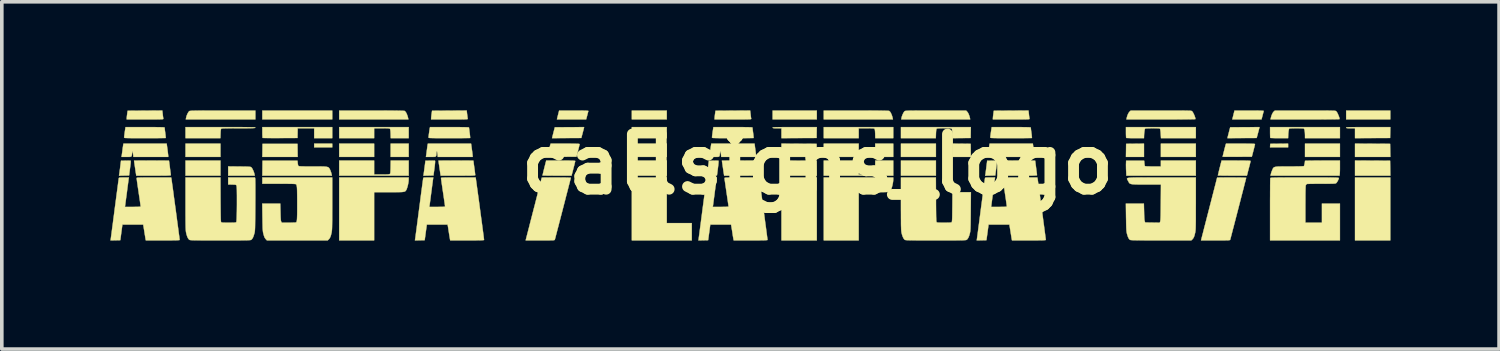
<source format=kicad_pcb>
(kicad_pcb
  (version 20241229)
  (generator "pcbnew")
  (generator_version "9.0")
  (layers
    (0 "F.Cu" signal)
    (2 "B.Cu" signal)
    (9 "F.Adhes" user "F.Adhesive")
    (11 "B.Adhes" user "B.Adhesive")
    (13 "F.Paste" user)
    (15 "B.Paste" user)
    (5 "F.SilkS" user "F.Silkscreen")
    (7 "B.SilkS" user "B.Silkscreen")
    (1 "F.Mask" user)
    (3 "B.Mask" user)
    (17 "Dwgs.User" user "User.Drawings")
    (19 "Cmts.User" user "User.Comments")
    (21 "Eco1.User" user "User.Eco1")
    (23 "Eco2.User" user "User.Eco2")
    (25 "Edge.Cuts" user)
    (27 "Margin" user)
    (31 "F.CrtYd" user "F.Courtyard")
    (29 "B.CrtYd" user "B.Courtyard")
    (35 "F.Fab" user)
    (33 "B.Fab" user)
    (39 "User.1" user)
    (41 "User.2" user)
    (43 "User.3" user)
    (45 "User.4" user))
  (footprint "callsigns_logo"
    (layer "F.Cu")
    (at 19.542 1.489)
    (property "Reference" "callsigns_logo" (at 0 0 0) (layer "F.SilkS") (effects (font (size 1.524 1.524) (thickness 0.3))))
    (attr through_hole)
    (fp_poly (pts (xy -16.5 -0.203) (xy -17.465 -0.203) (xy -17.465 -0.569) (xy -16.5 -0.569) (xy -16.5 -0.203)) (stroke (width 0.01) (type solid)) (fill yes) (layer "F.SilkS"))
    (fp_poly (pts (xy -16.5 0.315) (xy -17.465 0.315) (xy -17.465 -0.102) (xy -16.5 -0.102) (xy -16.5 0.315)) (stroke (width 0.01) (type solid)) (fill yes) (layer "F.SilkS"))
    (fp_poly (pts (xy -13.411 -1.24) (xy -15.342 -1.24) (xy -15.342 -1.483) (xy -13.411 -1.483) (xy -13.411 -1.24)) (stroke (width 0.01) (type solid)) (fill yes) (layer "F.SilkS"))
    (fp_poly (pts (xy -13.411 -0.467) (xy -13.909 -0.467) (xy -13.909 -0.569) (xy -13.411 -0.569) (xy -13.411 -0.467)) (stroke (width 0.01) (type solid)) (fill yes) (layer "F.SilkS"))
    (fp_poly (pts (xy -12.253 -0.203) (xy -13.218 -0.203) (xy -13.218 -0.569) (xy -12.253 -0.569) (xy -12.253 -0.203)) (stroke (width 0.01) (type solid)) (fill yes) (layer "F.SilkS"))
    (fp_poly (pts (xy -11.298 -0.203) (xy -11.796 -0.203) (xy -11.796 -0.569) (xy -11.298 -0.569) (xy -11.298 -0.203)) (stroke (width 0.01) (type solid)) (fill yes) (layer "F.SilkS"))
    (fp_poly (pts (xy -4.166 -1.24) (xy -5.131 -1.24) (xy -5.131 -1.483) (xy -4.166 -1.483) (xy -4.166 -1.24)) (stroke (width 0.01) (type solid)) (fill yes) (layer "F.SilkS"))
    (fp_poly (pts (xy -4.166 -0.721) (xy -5.131 -0.721) (xy -5.131 -1.026) (xy -4.166 -1.026) (xy -4.166 -0.721)) (stroke (width 0.01) (type solid)) (fill yes) (layer "F.SilkS"))
    (fp_poly (pts (xy -4.166 -0.203) (xy -5.131 -0.203) (xy -5.131 -0.569) (xy -4.166 -0.569) (xy -4.166 -0.203)) (stroke (width 0.01) (type solid)) (fill yes) (layer "F.SilkS"))
    (fp_poly (pts (xy -4.166 0.315) (xy -5.131 0.315) (xy -5.131 -0.102) (xy -4.166 -0.102) (xy -4.166 0.315)) (stroke (width 0.01) (type solid)) (fill yes) (layer "F.SilkS"))
    (fp_poly (pts (xy -0.025 -0.564) (xy -0.02 -0.203) (xy -0.996 -0.203) (xy -0.996 -0.569) (xy -0.025 -0.564)) (stroke (width 0.01) (type solid)) (fill yes) (layer "F.SilkS"))
    (fp_poly (pts (xy -0.025 -0.097) (xy -0.02 0.315) (xy -0.996 0.315) (xy -0.996 -0.102) (xy -0.025 -0.097)) (stroke (width 0.01) (type solid)) (fill yes) (layer "F.SilkS"))
    (fp_poly (pts (xy -0.02 -1.24) (xy -1.24 -1.24) (xy -1.24 -1.483) (xy -0.02 -1.483) (xy -0.02 -1.24)) (stroke (width 0.01) (type solid)) (fill yes) (layer "F.SilkS"))
    (fp_poly (pts (xy -0.02 2.103) (xy -0.996 2.103) (xy -0.996 0.366) (xy -0.02 0.366) (xy -0.02 2.103)) (stroke (width 0.01) (type solid)) (fill yes) (layer "F.SilkS"))
    (fp_poly (pts (xy 1.138 -0.203) (xy 0.173 -0.203) (xy 0.173 -0.569) (xy 1.138 -0.569) (xy 1.138 -0.203)) (stroke (width 0.01) (type solid)) (fill yes) (layer "F.SilkS"))
    (fp_poly (pts (xy 2.093 -0.203) (xy 1.595 -0.203) (xy 1.595 -0.569) (xy 2.093 -0.569) (xy 2.093 -0.203)) (stroke (width 0.01) (type solid)) (fill yes) (layer "F.SilkS"))
    (fp_poly (pts (xy 3.272 -0.203) (xy 2.306 -0.203) (xy 2.306 -0.569) (xy 3.272 -0.569) (xy 3.272 -0.203)) (stroke (width 0.01) (type solid)) (fill yes) (layer "F.SilkS"))
    (fp_poly (pts (xy 3.272 0.315) (xy 2.306 0.315) (xy 2.306 -0.102) (xy 3.272 -0.102) (xy 3.272 0.315)) (stroke (width 0.01) (type solid)) (fill yes) (layer "F.SilkS"))
    (fp_poly (pts (xy 10.455 -0.203) (xy 9.489 -0.203) (xy 9.489 -0.569) (xy 10.455 -0.569) (xy 10.455 -0.203)) (stroke (width 0.01) (type solid)) (fill yes) (layer "F.SilkS"))
    (fp_poly (pts (xy 13.005 -0.467) (xy 12.506 -0.467) (xy 12.512 -0.564) (xy 13.005 -0.569) (xy 13.005 -0.467)) (stroke (width 0.01) (type solid)) (fill yes) (layer "F.SilkS"))
    (fp_poly (pts (xy 14.437 -0.203) (xy 13.472 -0.203) (xy 13.472 -0.569) (xy 14.437 -0.569) (xy 14.437 -0.203)) (stroke (width 0.01) (type solid)) (fill yes) (layer "F.SilkS"))
    (fp_poly (pts (xy 15.824 -0.564) (xy 15.83 -0.203) (xy 14.854 -0.203) (xy 14.854 -0.569) (xy 15.824 -0.564)) (stroke (width 0.01) (type solid)) (fill yes) (layer "F.SilkS"))
    (fp_poly (pts (xy 15.824 -0.097) (xy 15.83 0.315) (xy 14.854 0.315) (xy 14.854 -0.102) (xy 15.824 -0.097)) (stroke (width 0.01) (type solid)) (fill yes) (layer "F.SilkS"))
    (fp_poly (pts (xy 15.829 -1.24) (xy 14.61 -1.24) (xy 14.61 -1.483) (xy 15.829 -1.483) (xy 15.829 -1.24)) (stroke (width 0.01) (type solid)) (fill yes) (layer "F.SilkS"))
    (fp_poly (pts (xy 15.829 2.103) (xy 14.854 2.103) (xy 14.854 0.366) (xy 15.829 0.366) (xy 15.829 2.103)) (stroke (width 0.01) (type solid)) (fill yes) (layer "F.SilkS"))
    (fp_poly (pts (xy -14.366 -0.203) (xy -15.342 -0.203) (xy -15.339 -0.384) (xy -15.337 -0.564) (xy -14.371 -0.564) (xy -14.366 -0.203)) (stroke (width 0.01) (type solid)) (fill yes) (layer "F.SilkS"))
    (fp_poly (pts (xy 3.98 -0.567) (xy 4.232 -0.564) (xy 4.237 -0.203) (xy 3.729 -0.203) (xy 3.729 -0.569) (xy 3.98 -0.567)) (stroke (width 0.01) (type solid)) (fill yes) (layer "F.SilkS"))
    (fp_poly (pts (xy 9.022 -0.203) (xy 8.524 -0.203) (xy 8.527 -0.384) (xy 8.529 -0.564) (xy 9.022 -0.569) (xy 9.022 -0.203)) (stroke (width 0.01) (type solid)) (fill yes) (layer "F.SilkS"))
    (fp_poly (pts (xy -4.166 1.626) (xy -3.475 1.626) (xy -3.475 2.103) (xy -5.131 2.103) (xy -5.131 0.366) (xy -4.166 0.366) (xy -4.166 1.626)) (stroke (width 0.01) (type solid)) (fill yes) (layer "F.SilkS"))
    (fp_poly (pts (xy -6.456 -0.998) (xy -6.461 -0.978) (xy -6.47 -0.943) (xy -6.482 -0.898) (xy -6.495 -0.848) (xy -6.528 -0.726) (xy -6.932 -0.724) (xy -7.336 -0.721) (xy -7.329 -0.749) (xy -7.324 -0.77) (xy -7.315 -0.805) (xy -7.303 -0.85) (xy -7.291 -0.899) (xy -7.259 -1.021) (xy -6.855 -1.024) (xy -6.45 -1.026) (xy -6.456 -0.998)) (stroke (width 0.01) (type solid)) (fill yes) (layer "F.SilkS"))
    (fp_poly (pts (xy 12.208 -0.998) (xy 12.203 -0.978) (xy 12.194 -0.943) (xy 12.182 -0.898) (xy 12.169 -0.848) (xy 12.136 -0.726) (xy 11.732 -0.724) (xy 11.328 -0.721) (xy 11.335 -0.749) (xy 11.34 -0.77) (xy 11.349 -0.805) (xy 11.361 -0.85) (xy 11.373 -0.899) (xy 11.405 -1.021) (xy 11.809 -1.024) (xy 12.214 -1.026) (xy 12.208 -0.998)) (stroke (width 0.01) (type solid)) (fill yes) (layer "F.SilkS"))
    (fp_poly (pts (xy -15.978 0.063) (xy -15.89 0.064) (xy -15.82 0.065) (xy -15.767 0.066) (xy -15.726 0.068) (xy -15.697 0.07) (xy -15.677 0.072) (xy -15.663 0.076) (xy -15.653 0.081) (xy -15.646 0.086) (xy -15.626 0.111) (xy -15.605 0.149) (xy -15.585 0.193) (xy -15.569 0.238) (xy -15.56 0.272) (xy -15.553 0.315) (xy -16.286 0.315) (xy -16.286 0.06) (xy -15.978 0.063)) (stroke (width 0.01) (type solid)) (fill yes) (layer "F.SilkS"))
    (fp_poly (pts (xy -6.628 -1.483) (xy -6.542 -1.483) (xy -6.473 -1.482) (xy -6.419 -1.481) (xy -6.38 -1.479) (xy -6.353 -1.477) (xy -6.338 -1.475) (xy -6.332 -1.472) (xy -6.332 -1.471) (xy -6.337 -1.456) (xy -6.345 -1.426) (xy -6.356 -1.386) (xy -6.365 -1.349) (xy -6.394 -1.24) (xy -7.201 -1.24) (xy -7.171 -1.361) (xy -7.14 -1.483) (xy -6.734 -1.483) (xy -6.628 -1.483)) (stroke (width 0.01) (type solid)) (fill yes) (layer "F.SilkS"))
    (fp_poly (pts (xy 12.035 -1.483) (xy 12.122 -1.483) (xy 12.191 -1.482) (xy 12.245 -1.481) (xy 12.284 -1.479) (xy 12.311 -1.477) (xy 12.326 -1.475) (xy 12.332 -1.472) (xy 12.332 -1.471) (xy 12.327 -1.456) (xy 12.319 -1.426) (xy 12.308 -1.386) (xy 12.299 -1.349) (xy 12.27 -1.24) (xy 11.463 -1.24) (xy 11.493 -1.361) (xy 11.524 -1.483) (xy 11.93 -1.483) (xy 12.035 -1.483)) (stroke (width 0.01) (type solid)) (fill yes) (layer "F.SilkS"))
    (fp_poly (pts (xy -12.155 -1.483) (xy -12.003 -1.483) (xy -11.867 -1.482) (xy -11.747 -1.482) (xy -11.645 -1.481) (xy -11.56 -1.479) (xy -11.493 -1.478) (xy -11.446 -1.476) (xy -11.418 -1.475) (xy -11.41 -1.473) (xy -11.386 -1.452) (xy -11.362 -1.414) (xy -11.34 -1.363) (xy -11.321 -1.304) (xy -11.314 -1.273) (xy -11.306 -1.24) (xy -13.218 -1.24) (xy -13.218 -1.483) (xy -12.323 -1.483) (xy -12.155 -1.483)) (stroke (width 0.01) (type solid)) (fill yes) (layer "F.SilkS"))
    (fp_poly (pts (xy -11.298 -0.721) (xy -11.794 -0.721) (xy -11.797 -0.842) (xy -11.8 -0.904) (xy -11.805 -0.948) (xy -11.811 -0.973) (xy -11.815 -0.979) (xy -11.822 -0.985) (xy -11.833 -0.989) (xy -11.853 -0.992) (xy -11.882 -0.994) (xy -11.925 -0.995) (xy -11.983 -0.996) (xy -12.041 -0.996) (xy -12.253 -0.996) (xy -12.253 -0.721) (xy -13.218 -0.721) (xy -13.218 -1.026) (xy -11.298 -1.026) (xy -11.298 -0.721)) (stroke (width 0.01) (type solid)) (fill yes) (layer "F.SilkS"))
    (fp_poly (pts (xy 1.236 -1.483) (xy 1.388 -1.483) (xy 1.524 -1.482) (xy 1.644 -1.482) (xy 1.746 -1.481) (xy 1.831 -1.479) (xy 1.897 -1.478) (xy 1.945 -1.476) (xy 1.973 -1.475) (xy 1.981 -1.473) (xy 2.005 -1.452) (xy 2.028 -1.414) (xy 2.051 -1.363) (xy 2.07 -1.304) (xy 2.077 -1.273) (xy 2.084 -1.24) (xy 0.173 -1.24) (xy 0.173 -1.483) (xy 1.067 -1.483) (xy 1.236 -1.483)) (stroke (width 0.01) (type solid)) (fill yes) (layer "F.SilkS"))
    (fp_poly (pts (xy 2.093 -0.721) (xy 1.597 -0.721) (xy 1.594 -0.842) (xy 1.591 -0.904) (xy 1.586 -0.948) (xy 1.579 -0.973) (xy 1.576 -0.979) (xy 1.569 -0.985) (xy 1.557 -0.989) (xy 1.538 -0.992) (xy 1.509 -0.994) (xy 1.466 -0.995) (xy 1.408 -0.996) (xy 1.35 -0.996) (xy 1.138 -0.996) (xy 1.138 -0.721) (xy 0.173 -0.721) (xy 0.173 -1.026) (xy 2.093 -1.026) (xy 2.093 -0.721)) (stroke (width 0.01) (type solid)) (fill yes) (layer "F.SilkS"))
    (fp_poly (pts (xy -19.03 -0.1) (xy -18.999 -0.099) (xy -18.984 -0.098) (xy -18.984 -0.098) (xy -18.981 -0.089) (xy -18.98 -0.064) (xy -18.983 -0.024) (xy -18.99 0.035) (xy -18.999 0.108) (xy -19.025 0.31) (xy -19.164 0.313) (xy -19.303 0.316) (xy -19.298 0.282) (xy -19.294 0.261) (xy -19.289 0.224) (xy -19.283 0.175) (xy -19.275 0.119) (xy -19.27 0.076) (xy -19.248 -0.097) (xy -19.122 -0.099) (xy -19.072 -0.1) (xy -19.03 -0.1)) (stroke (width 0.01) (type solid)) (fill yes) (layer "F.SilkS"))
    (fp_poly (pts (xy -12.253 0.284) (xy -12.047 0.284) (xy -11.972 0.284) (xy -11.916 0.283) (xy -11.875 0.281) (xy -11.847 0.278) (xy -11.829 0.274) (xy -11.821 0.27) (xy -11.813 0.263) (xy -11.808 0.253) (xy -11.804 0.236) (xy -11.802 0.21) (xy -11.8 0.171) (xy -11.798 0.116) (xy -11.797 0.077) (xy -11.794 -0.102) (xy -11.298 -0.102) (xy -11.298 0.315) (xy -13.218 0.315) (xy -13.218 -0.102) (xy -12.253 -0.102) (xy -12.253 0.284)) (stroke (width 0.01) (type solid)) (fill yes) (layer "F.SilkS"))
    (fp_poly (pts (xy -10.618 -0.1) (xy -10.587 -0.099) (xy -10.572 -0.098) (xy -10.572 -0.098) (xy -10.568 -0.089) (xy -10.568 -0.064) (xy -10.571 -0.024) (xy -10.577 0.035) (xy -10.586 0.108) (xy -10.613 0.31) (xy -10.751 0.313) (xy -10.89 0.316) (xy -10.885 0.282) (xy -10.882 0.261) (xy -10.877 0.224) (xy -10.87 0.175) (xy -10.863 0.119) (xy -10.857 0.076) (xy -10.835 -0.097) (xy -10.709 -0.099) (xy -10.66 -0.1) (xy -10.618 -0.1)) (stroke (width 0.01) (type solid)) (fill yes) (layer "F.SilkS"))
    (fp_poly (pts (xy -2.784 -0.1) (xy -2.753 -0.099) (xy -2.738 -0.098) (xy -2.738 -0.098) (xy -2.735 -0.089) (xy -2.735 -0.064) (xy -2.738 -0.024) (xy -2.744 0.035) (xy -2.753 0.108) (xy -2.779 0.31) (xy -2.918 0.313) (xy -3.057 0.316) (xy -3.052 0.282) (xy -3.049 0.261) (xy -3.044 0.224) (xy -3.037 0.175) (xy -3.03 0.119) (xy -3.024 0.076) (xy -3.002 -0.097) (xy -2.876 -0.099) (xy -2.826 -0.1) (xy -2.784 -0.1)) (stroke (width 0.01) (type solid)) (fill yes) (layer "F.SilkS"))
    (fp_poly (pts (xy 1.138 0.284) (xy 1.344 0.284) (xy 1.418 0.284) (xy 1.475 0.283) (xy 1.516 0.281) (xy 1.544 0.278) (xy 1.562 0.274) (xy 1.57 0.27) (xy 1.577 0.263) (xy 1.583 0.253) (xy 1.587 0.236) (xy 1.589 0.21) (xy 1.591 0.171) (xy 1.593 0.116) (xy 1.593 0.077) (xy 1.597 -0.102) (xy 2.093 -0.102) (xy 2.093 0.315) (xy 0.173 0.315) (xy 0.173 -0.102) (xy 1.138 -0.102) (xy 1.138 0.284)) (stroke (width 0.01) (type solid)) (fill yes) (layer "F.SilkS"))
    (fp_poly (pts (xy 4.907 -0.1) (xy 4.938 -0.099) (xy 4.953 -0.098) (xy 4.953 -0.098) (xy 4.956 -0.089) (xy 4.956 -0.064) (xy 4.953 -0.024) (xy 4.947 0.035) (xy 4.938 0.108) (xy 4.912 0.31) (xy 4.773 0.313) (xy 4.634 0.316) (xy 4.639 0.282) (xy 4.643 0.261) (xy 4.648 0.224) (xy 4.654 0.175) (xy 4.662 0.119) (xy 4.667 0.076) (xy 4.689 -0.097) (xy 4.815 -0.099) (xy 4.865 -0.1) (xy 4.907 -0.1)) (stroke (width 0.01) (type solid)) (fill yes) (layer "F.SilkS"))
    (fp_poly (pts (xy -13.411 -0.721) (xy -13.909 -0.721) (xy -13.909 -0.996) (xy -14.366 -0.996) (xy -14.368 -0.861) (xy -14.371 -0.726) (xy -14.85 -0.724) (xy -14.946 -0.723) (xy -15.037 -0.723) (xy -15.119 -0.724) (xy -15.191 -0.724) (xy -15.25 -0.725) (xy -15.295 -0.726) (xy -15.324 -0.727) (xy -15.335 -0.728) (xy -15.337 -0.74) (xy -15.339 -0.769) (xy -15.341 -0.81) (xy -15.342 -0.86) (xy -15.342 -0.881) (xy -15.342 -1.026) (xy -13.411 -1.026) (xy -13.411 -0.721)) (stroke (width 0.01) (type solid)) (fill yes) (layer "F.SilkS"))
    (fp_poly (pts (xy 10.455 0.315) (xy 8.536 0.315) (xy 8.53 0.191) (xy 8.527 0.132) (xy 8.526 0.072) (xy 8.525 0.017) (xy 8.526 -0.015) (xy 8.529 -0.097) (xy 9.027 -0.097) (xy 9.033 -0.03) (xy 9.037 0.006) (xy 9.042 0.035) (xy 9.046 0.049) (xy 9.055 0.053) (xy 9.077 0.056) (xy 9.114 0.059) (xy 9.167 0.06) (xy 9.239 0.061) (xy 9.272 0.061) (xy 9.489 0.061) (xy 9.489 -0.102) (xy 10.455 -0.102) (xy 10.455 0.315)) (stroke (width 0.01) (type solid)) (fill yes) (layer "F.SilkS"))
    (fp_poly (pts (xy -11.298 0.419) (xy -11.301 0.466) (xy -11.309 0.522) (xy -11.321 0.581) (xy -11.336 0.636) (xy -11.351 0.681) (xy -11.36 0.702) (xy -11.37 0.719) (xy -11.379 0.732) (xy -11.39 0.744) (xy -11.405 0.753) (xy -11.425 0.759) (xy -11.452 0.764) (xy -11.489 0.768) (xy -11.537 0.77) (xy -11.598 0.771) (xy -11.675 0.772) (xy -11.768 0.772) (xy -11.846 0.772) (xy -12.253 0.772) (xy -12.253 2.103) (xy -13.218 2.103) (xy -13.218 0.366) (xy -11.298 0.366) (xy -11.298 0.419)) (stroke (width 0.01) (type solid)) (fill yes) (layer "F.SilkS"))
    (fp_poly (pts (xy -0.023 -0.876) (xy -0.025 -0.726) (xy -0.511 -0.724) (xy -0.996 -0.721) (xy -0.996 -0.996) (xy -1.118 -0.996) (xy -1.17 -0.996) (xy -1.206 -0.997) (xy -1.227 -1) (xy -1.237 -1.005) (xy -1.24 -1.011) (xy -1.238 -1.014) (xy -1.231 -1.017) (xy -1.218 -1.019) (xy -1.198 -1.021) (xy -1.168 -1.023) (xy -1.128 -1.024) (xy -1.076 -1.025) (xy -1.01 -1.025) (xy -0.929 -1.026) (xy -0.832 -1.026) (xy -0.717 -1.026) (xy -0.63 -1.026) (xy -0.02 -1.026) (xy -0.023 -0.876)) (stroke (width 0.01) (type solid)) (fill yes) (layer "F.SilkS"))
    (fp_poly (pts (xy 2.093 0.419) (xy 2.09 0.466) (xy 2.082 0.522) (xy 2.07 0.581) (xy 2.055 0.636) (xy 2.04 0.681) (xy 2.03 0.702) (xy 2.021 0.719) (xy 2.012 0.732) (xy 2.001 0.744) (xy 1.986 0.753) (xy 1.966 0.759) (xy 1.939 0.764) (xy 1.902 0.768) (xy 1.854 0.77) (xy 1.792 0.771) (xy 1.716 0.772) (xy 1.623 0.772) (xy 1.545 0.772) (xy 1.138 0.772) (xy 1.138 2.103) (xy 0.173 2.103) (xy 0.173 0.366) (xy 2.093 0.366) (xy 2.093 0.419)) (stroke (width 0.01) (type solid)) (fill yes) (layer "F.SilkS"))
    (fp_poly (pts (xy 15.827 -0.876) (xy 15.824 -0.726) (xy 15.339 -0.724) (xy 14.854 -0.721) (xy 14.854 -0.996) (xy 14.732 -0.996) (xy 14.679 -0.996) (xy 14.644 -0.997) (xy 14.623 -1) (xy 14.613 -1.005) (xy 14.61 -1.011) (xy 14.612 -1.014) (xy 14.619 -1.017) (xy 14.631 -1.019) (xy 14.652 -1.021) (xy 14.682 -1.023) (xy 14.722 -1.024) (xy 14.774 -1.025) (xy 14.84 -1.025) (xy 14.921 -1.026) (xy 15.018 -1.026) (xy 15.133 -1.026) (xy 15.22 -1.026) (xy 15.83 -1.026) (xy 15.827 -0.876)) (stroke (width 0.01) (type solid)) (fill yes) (layer "F.SilkS"))
    (fp_poly (pts (xy -18.095 -1.379) (xy -18.09 -1.334) (xy -18.084 -1.294) (xy -18.08 -1.267) (xy -18.078 -1.257) (xy -18.078 -1.253) (xy -18.081 -1.25) (xy -18.089 -1.247) (xy -18.103 -1.245) (xy -18.125 -1.243) (xy -18.157 -1.242) (xy -18.2 -1.241) (xy -18.256 -1.24) (xy -18.327 -1.24) (xy -18.413 -1.24) (xy -18.518 -1.24) (xy -18.582 -1.24) (xy -19.091 -1.24) (xy -19.09 -1.273) (xy -19.088 -1.298) (xy -19.084 -1.337) (xy -19.078 -1.381) (xy -19.077 -1.392) (xy -19.065 -1.478) (xy -18.107 -1.484) (xy -18.095 -1.379)) (stroke (width 0.01) (type solid)) (fill yes) (layer "F.SilkS"))
    (fp_poly (pts (xy -15.535 -1.24) (xy -17.457 -1.24) (xy -17.449 -1.283) (xy -17.439 -1.323) (xy -17.423 -1.368) (xy -17.403 -1.41) (xy -17.382 -1.445) (xy -17.363 -1.466) (xy -17.362 -1.467) (xy -17.357 -1.47) (xy -17.349 -1.472) (xy -17.336 -1.474) (xy -17.318 -1.476) (xy -17.293 -1.478) (xy -17.26 -1.479) (xy -17.218 -1.48) (xy -17.166 -1.481) (xy -17.101 -1.482) (xy -17.024 -1.482) (xy -16.932 -1.483) (xy -16.825 -1.483) (xy -16.701 -1.483) (xy -16.558 -1.483) (xy -16.437 -1.483) (xy -15.535 -1.483) (xy -15.535 -1.24)) (stroke (width 0.01) (type solid)) (fill yes) (layer "F.SilkS"))
    (fp_poly (pts (xy -9.683 -1.379) (xy -9.677 -1.334) (xy -9.672 -1.294) (xy -9.668 -1.267) (xy -9.666 -1.257) (xy -9.666 -1.253) (xy -9.669 -1.25) (xy -9.676 -1.247) (xy -9.69 -1.245) (xy -9.713 -1.243) (xy -9.744 -1.242) (xy -9.787 -1.241) (xy -9.843 -1.24) (xy -9.914 -1.24) (xy -10.001 -1.24) (xy -10.105 -1.24) (xy -10.169 -1.24) (xy -10.678 -1.24) (xy -10.677 -1.273) (xy -10.675 -1.298) (xy -10.671 -1.337) (xy -10.666 -1.381) (xy -10.664 -1.392) (xy -10.652 -1.478) (xy -9.695 -1.484) (xy -9.683 -1.379)) (stroke (width 0.01) (type solid)) (fill yes) (layer "F.SilkS"))
    (fp_poly (pts (xy -1.849 -1.379) (xy -1.844 -1.334) (xy -1.839 -1.294) (xy -1.834 -1.267) (xy -1.832 -1.257) (xy -1.832 -1.253) (xy -1.835 -1.25) (xy -1.843 -1.247) (xy -1.857 -1.245) (xy -1.879 -1.243) (xy -1.911 -1.242) (xy -1.954 -1.241) (xy -2.01 -1.24) (xy -2.081 -1.24) (xy -2.167 -1.24) (xy -2.272 -1.24) (xy -2.336 -1.24) (xy -2.845 -1.24) (xy -2.844 -1.273) (xy -2.842 -1.298) (xy -2.838 -1.337) (xy -2.833 -1.381) (xy -2.831 -1.392) (xy -2.819 -1.478) (xy -1.862 -1.484) (xy -1.849 -1.379)) (stroke (width 0.01) (type solid)) (fill yes) (layer "F.SilkS"))
    (fp_poly (pts (xy 5.842 -1.379) (xy 5.847 -1.334) (xy 5.853 -1.294) (xy 5.857 -1.267) (xy 5.859 -1.257) (xy 5.859 -1.253) (xy 5.856 -1.25) (xy 5.848 -1.247) (xy 5.834 -1.245) (xy 5.812 -1.243) (xy 5.78 -1.242) (xy 5.737 -1.241) (xy 5.681 -1.24) (xy 5.61 -1.24) (xy 5.524 -1.24) (xy 5.419 -1.24) (xy 5.355 -1.24) (xy 4.846 -1.24) (xy 4.847 -1.273) (xy 4.849 -1.298) (xy 4.853 -1.337) (xy 4.859 -1.381) (xy 4.86 -1.392) (xy 4.872 -1.478) (xy 5.83 -1.484) (xy 5.842 -1.379)) (stroke (width 0.01) (type solid)) (fill yes) (layer "F.SilkS"))
    (fp_poly (pts (xy 4.134 -1.455) (xy 4.157 -1.425) (xy 4.179 -1.381) (xy 4.198 -1.33) (xy 4.211 -1.279) (xy 4.212 -1.277) (xy 4.219 -1.24) (xy 2.315 -1.24) (xy 2.322 -1.283) (xy 2.332 -1.323) (xy 2.349 -1.368) (xy 2.369 -1.41) (xy 2.39 -1.445) (xy 2.408 -1.466) (xy 2.409 -1.467) (xy 2.415 -1.47) (xy 2.423 -1.472) (xy 2.436 -1.475) (xy 2.455 -1.476) (xy 2.48 -1.478) (xy 2.514 -1.479) (xy 2.557 -1.481) (xy 2.612 -1.481) (xy 2.678 -1.482) (xy 2.758 -1.483) (xy 2.853 -1.483) (xy 2.963 -1.483) (xy 3.092 -1.483) (xy 3.239 -1.483) (xy 4.106 -1.483) (xy 4.134 -1.455)) (stroke (width 0.01) (type solid)) (fill yes) (layer "F.SilkS"))
    (fp_poly (pts (xy 4.234 -0.876) (xy 4.232 -0.726) (xy 3.731 -0.721) (xy 3.727 -0.842) (xy 3.724 -0.904) (xy 3.72 -0.948) (xy 3.713 -0.973) (xy 3.71 -0.979) (xy 3.702 -0.985) (xy 3.69 -0.989) (xy 3.67 -0.992) (xy 3.639 -0.994) (xy 3.595 -0.995) (xy 3.535 -0.996) (xy 3.5 -0.996) (xy 3.431 -0.995) (xy 3.38 -0.995) (xy 3.343 -0.993) (xy 3.318 -0.991) (xy 3.303 -0.987) (xy 3.293 -0.982) (xy 3.291 -0.979) (xy 3.283 -0.96) (xy 3.278 -0.925) (xy 3.274 -0.87) (xy 3.273 -0.842) (xy 3.269 -0.721) (xy 2.306 -0.721) (xy 2.306 -1.026) (xy 4.237 -1.026) (xy 4.234 -0.876)) (stroke (width 0.01) (type solid)) (fill yes) (layer "F.SilkS"))
    (fp_poly (pts (xy -14.365 -0.033) (xy -14.36 0.003) (xy -14.353 0.032) (xy -14.346 0.045) (xy -14.341 0.049) (xy -14.33 0.053) (xy -14.313 0.055) (xy -14.287 0.057) (xy -14.251 0.059) (xy -14.201 0.06) (xy -14.138 0.061) (xy -14.058 0.061) (xy -13.96 0.061) (xy -13.953 0.061) (xy -13.848 0.061) (xy -13.762 0.061) (xy -13.692 0.062) (xy -13.636 0.064) (xy -13.593 0.067) (xy -13.56 0.072) (xy -13.536 0.078) (xy -13.518 0.086) (xy -13.505 0.096) (xy -13.495 0.108) (xy -13.485 0.123) (xy -13.463 0.167) (xy -13.443 0.223) (xy -13.427 0.281) (xy -13.427 0.282) (xy -13.42 0.315) (xy -15.342 0.315) (xy -15.339 0.109) (xy -15.337 -0.097) (xy -14.371 -0.097) (xy -14.365 -0.033)) (stroke (width 0.01) (type solid)) (fill yes) (layer "F.SilkS"))
    (fp_poly (pts (xy -17.964 -0.408) (xy -17.957 -0.352) (xy -17.951 -0.301) (xy -17.946 -0.26) (xy -17.943 -0.233) (xy -17.943 -0.225) (xy -17.943 -0.203) (xy -18.905 -0.203) (xy -18.913 -0.271) (xy -18.919 -0.322) (xy -18.925 -0.352) (xy -18.931 -0.363) (xy -18.936 -0.353) (xy -18.941 -0.322) (xy -18.943 -0.31) (xy -18.946 -0.268) (xy -18.951 -0.239) (xy -18.959 -0.22) (xy -18.973 -0.209) (xy -18.998 -0.204) (xy -19.036 -0.203) (xy -19.091 -0.203) (xy -19.097 -0.203) (xy -19.234 -0.203) (xy -19.228 -0.236) (xy -19.225 -0.259) (xy -19.22 -0.297) (xy -19.213 -0.344) (xy -19.207 -0.391) (xy -19.201 -0.441) (xy -19.194 -0.487) (xy -19.189 -0.522) (xy -19.186 -0.541) (xy -19.18 -0.569) (xy -17.986 -0.569) (xy -17.964 -0.408)) (stroke (width 0.01) (type solid)) (fill yes) (layer "F.SilkS"))
    (fp_poly (pts (xy -9.552 -0.408) (xy -9.544 -0.352) (xy -9.538 -0.301) (xy -9.533 -0.26) (xy -9.531 -0.233) (xy -9.53 -0.225) (xy -9.53 -0.203) (xy -10.493 -0.203) (xy -10.5 -0.271) (xy -10.507 -0.322) (xy -10.513 -0.352) (xy -10.518 -0.363) (xy -10.524 -0.353) (xy -10.529 -0.322) (xy -10.53 -0.31) (xy -10.534 -0.268) (xy -10.538 -0.239) (xy -10.546 -0.22) (xy -10.561 -0.209) (xy -10.585 -0.204) (xy -10.624 -0.203) (xy -10.679 -0.203) (xy -10.684 -0.203) (xy -10.821 -0.203) (xy -10.816 -0.236) (xy -10.812 -0.259) (xy -10.807 -0.297) (xy -10.801 -0.344) (xy -10.795 -0.391) (xy -10.788 -0.441) (xy -10.782 -0.487) (xy -10.777 -0.522) (xy -10.774 -0.541) (xy -10.768 -0.569) (xy -9.574 -0.569) (xy -9.552 -0.408)) (stroke (width 0.01) (type solid)) (fill yes) (layer "F.SilkS"))
    (fp_poly (pts (xy -1.719 -0.408) (xy -1.711 -0.352) (xy -1.705 -0.301) (xy -1.7 -0.26) (xy -1.697 -0.233) (xy -1.697 -0.225) (xy -1.697 -0.203) (xy -2.66 -0.203) (xy -2.667 -0.271) (xy -2.673 -0.322) (xy -2.679 -0.352) (xy -2.685 -0.363) (xy -2.69 -0.353) (xy -2.695 -0.322) (xy -2.697 -0.31) (xy -2.701 -0.268) (xy -2.705 -0.239) (xy -2.713 -0.22) (xy -2.727 -0.209) (xy -2.752 -0.204) (xy -2.79 -0.203) (xy -2.845 -0.203) (xy -2.851 -0.203) (xy -2.988 -0.203) (xy -2.982 -0.236) (xy -2.979 -0.259) (xy -2.974 -0.297) (xy -2.967 -0.344) (xy -2.961 -0.391) (xy -2.955 -0.441) (xy -2.948 -0.487) (xy -2.943 -0.522) (xy -2.94 -0.541) (xy -2.935 -0.569) (xy -1.74 -0.569) (xy -1.719 -0.408)) (stroke (width 0.01) (type solid)) (fill yes) (layer "F.SilkS"))
    (fp_poly (pts (xy 5.973 -0.408) (xy 5.98 -0.352) (xy 5.986 -0.301) (xy 5.991 -0.26) (xy 5.994 -0.233) (xy 5.994 -0.225) (xy 5.994 -0.203) (xy 5.032 -0.203) (xy 5.024 -0.271) (xy 5.018 -0.322) (xy 5.012 -0.352) (xy 5.006 -0.363) (xy 5.001 -0.353) (xy 4.996 -0.322) (xy 4.994 -0.31) (xy 4.99 -0.268) (xy 4.986 -0.239) (xy 4.978 -0.22) (xy 4.964 -0.209) (xy 4.939 -0.204) (xy 4.901 -0.203) (xy 4.846 -0.203) (xy 4.84 -0.203) (xy 4.703 -0.203) (xy 4.709 -0.236) (xy 4.712 -0.259) (xy 4.717 -0.297) (xy 4.724 -0.344) (xy 4.73 -0.391) (xy 4.736 -0.441) (xy 4.743 -0.487) (xy 4.748 -0.522) (xy 4.751 -0.541) (xy 4.756 -0.569) (xy 5.951 -0.569) (xy 5.973 -0.408)) (stroke (width 0.01) (type solid)) (fill yes) (layer "F.SilkS"))
    (fp_poly (pts (xy -6.869 -0.569) (xy -6.783 -0.568) (xy -6.714 -0.568) (xy -6.661 -0.566) (xy -6.621 -0.565) (xy -6.595 -0.563) (xy -6.58 -0.56) (xy -6.574 -0.557) (xy -6.574 -0.556) (xy -6.577 -0.543) (xy -6.584 -0.513) (xy -6.594 -0.47) (xy -6.607 -0.419) (xy -6.618 -0.376) (xy -6.662 -0.208) (xy -7.065 -0.206) (xy -7.153 -0.205) (xy -7.235 -0.205) (xy -7.307 -0.205) (xy -7.369 -0.206) (xy -7.418 -0.206) (xy -7.451 -0.207) (xy -7.467 -0.208) (xy -7.468 -0.209) (xy -7.465 -0.221) (xy -7.459 -0.249) (xy -7.449 -0.288) (xy -7.438 -0.335) (xy -7.425 -0.384) (xy -7.413 -0.434) (xy -7.401 -0.478) (xy -7.392 -0.513) (xy -7.386 -0.534) (xy -7.385 -0.536) (xy -7.375 -0.569) (xy -6.974 -0.569) (xy -6.869 -0.569)) (stroke (width 0.01) (type solid)) (fill yes) (layer "F.SilkS"))
    (fp_poly (pts (xy 11.795 -0.569) (xy 11.881 -0.568) (xy 11.95 -0.568) (xy 12.003 -0.566) (xy 12.042 -0.565) (xy 12.069 -0.563) (xy 12.084 -0.56) (xy 12.09 -0.557) (xy 12.09 -0.556) (xy 12.087 -0.543) (xy 12.08 -0.513) (xy 12.07 -0.47) (xy 12.057 -0.419) (xy 12.046 -0.376) (xy 12.002 -0.208) (xy 11.599 -0.206) (xy 11.511 -0.205) (xy 11.429 -0.205) (xy 11.357 -0.205) (xy 11.295 -0.206) (xy 11.246 -0.206) (xy 11.213 -0.207) (xy 11.197 -0.208) (xy 11.196 -0.209) (xy 11.199 -0.221) (xy 11.205 -0.249) (xy 11.215 -0.288) (xy 11.226 -0.335) (xy 11.239 -0.384) (xy 11.251 -0.434) (xy 11.263 -0.478) (xy 11.272 -0.513) (xy 11.278 -0.534) (xy 11.279 -0.536) (xy 11.289 -0.569) (xy 11.69 -0.569) (xy 11.795 -0.569)) (stroke (width 0.01) (type solid)) (fill yes) (layer "F.SilkS"))
    (fp_poly (pts (xy -6.988 -0.101) (xy -6.899 -0.101) (xy -6.828 -0.1) (xy -6.774 -0.099) (xy -6.734 -0.097) (xy -6.709 -0.094) (xy -6.697 -0.092) (xy -6.695 -0.09) (xy -6.698 -0.076) (xy -6.705 -0.047) (xy -6.715 -0.005) (xy -6.728 0.046) (xy -6.737 0.08) (xy -6.752 0.137) (xy -6.765 0.19) (xy -6.777 0.235) (xy -6.785 0.267) (xy -6.788 0.277) (xy -6.798 0.315) (xy -7.199 0.315) (xy -7.287 0.315) (xy -7.368 0.314) (xy -7.441 0.314) (xy -7.502 0.313) (xy -7.55 0.312) (xy -7.583 0.311) (xy -7.599 0.31) (xy -7.6 0.309) (xy -7.597 0.298) (xy -7.591 0.272) (xy -7.581 0.232) (xy -7.57 0.184) (xy -7.557 0.131) (xy -7.543 0.077) (xy -7.53 0.025) (xy -7.518 -0.021) (xy -7.509 -0.057) (xy -7.507 -0.064) (xy -7.497 -0.102) (xy -7.096 -0.102) (xy -6.988 -0.101)) (stroke (width 0.01) (type solid)) (fill yes) (layer "F.SilkS"))
    (fp_poly (pts (xy 11.676 -0.101) (xy 11.765 -0.101) (xy 11.836 -0.1) (xy 11.89 -0.099) (xy 11.93 -0.097) (xy 11.955 -0.094) (xy 11.967 -0.092) (xy 11.968 -0.09) (xy 11.966 -0.076) (xy 11.959 -0.047) (xy 11.949 -0.005) (xy 11.936 0.046) (xy 11.927 0.08) (xy 11.912 0.137) (xy 11.898 0.19) (xy 11.887 0.235) (xy 11.879 0.267) (xy 11.876 0.277) (xy 11.866 0.315) (xy 11.465 0.315) (xy 11.377 0.315) (xy 11.296 0.314) (xy 11.223 0.314) (xy 11.162 0.313) (xy 11.114 0.312) (xy 11.081 0.311) (xy 11.065 0.31) (xy 11.064 0.309) (xy 11.067 0.298) (xy 11.073 0.272) (xy 11.083 0.232) (xy 11.094 0.184) (xy 11.107 0.131) (xy 11.121 0.077) (xy 11.134 0.025) (xy 11.146 -0.021) (xy 11.155 -0.057) (xy 11.157 -0.064) (xy 11.167 -0.102) (xy 11.568 -0.102) (xy 11.676 -0.101)) (stroke (width 0.01) (type solid)) (fill yes) (layer "F.SilkS"))
    (fp_poly (pts (xy 14.437 -0.721) (xy 13.472 -0.721) (xy 13.472 -0.805) (xy 13.469 -0.872) (xy 13.463 -0.926) (xy 13.454 -0.965) (xy 13.442 -0.985) (xy 13.44 -0.987) (xy 13.425 -0.99) (xy 13.394 -0.992) (xy 13.351 -0.994) (xy 13.299 -0.995) (xy 13.243 -0.995) (xy 13.186 -0.995) (xy 13.133 -0.994) (xy 13.088 -0.992) (xy 13.055 -0.99) (xy 13.037 -0.987) (xy 13.036 -0.986) (xy 13.029 -0.972) (xy 13.022 -0.942) (xy 13.015 -0.899) (xy 13.01 -0.848) (xy 13.007 -0.792) (xy 13.006 -0.759) (xy 13.005 -0.721) (xy 12.763 -0.721) (xy 12.694 -0.722) (xy 12.633 -0.722) (xy 12.582 -0.724) (xy 12.543 -0.725) (xy 12.519 -0.727) (xy 12.514 -0.728) (xy 12.511 -0.74) (xy 12.509 -0.769) (xy 12.508 -0.81) (xy 12.507 -0.86) (xy 12.507 -0.881) (xy 12.507 -1.026) (xy 14.437 -1.026) (xy 14.437 -0.721)) (stroke (width 0.01) (type solid)) (fill yes) (layer "F.SilkS"))
    (fp_poly (pts (xy 10.455 -0.721) (xy 9.492 -0.721) (xy 9.485 -0.84) (xy 9.482 -0.888) (xy 9.477 -0.931) (xy 9.472 -0.962) (xy 9.468 -0.977) (xy 9.463 -0.983) (xy 9.455 -0.988) (xy 9.439 -0.992) (xy 9.415 -0.994) (xy 9.378 -0.995) (xy 9.327 -0.995) (xy 9.263 -0.996) (xy 9.201 -0.995) (xy 9.146 -0.994) (xy 9.101 -0.992) (xy 9.069 -0.989) (xy 9.054 -0.986) (xy 9.054 -0.986) (xy 9.046 -0.972) (xy 9.039 -0.942) (xy 9.033 -0.899) (xy 9.027 -0.848) (xy 9.024 -0.792) (xy 9.023 -0.759) (xy 9.022 -0.721) (xy 8.78 -0.721) (xy 8.712 -0.722) (xy 8.65 -0.722) (xy 8.599 -0.724) (xy 8.56 -0.725) (xy 8.537 -0.727) (xy 8.531 -0.728) (xy 8.529 -0.74) (xy 8.527 -0.769) (xy 8.525 -0.81) (xy 8.524 -0.86) (xy 8.524 -0.881) (xy 8.524 -1.026) (xy 10.455 -1.026) (xy 10.455 -0.721)) (stroke (width 0.01) (type solid)) (fill yes) (layer "F.SilkS"))
    (fp_poly (pts (xy 9.645 -1.483) (xy 9.776 -1.483) (xy 9.889 -1.483) (xy 9.986 -1.483) (xy 10.068 -1.483) (xy 10.136 -1.482) (xy 10.192 -1.481) (xy 10.237 -1.48) (xy 10.272 -1.479) (xy 10.298 -1.478) (xy 10.318 -1.476) (xy 10.332 -1.474) (xy 10.341 -1.471) (xy 10.347 -1.468) (xy 10.351 -1.465) (xy 10.353 -1.463) (xy 10.372 -1.438) (xy 10.393 -1.399) (xy 10.414 -1.353) (xy 10.431 -1.308) (xy 10.442 -1.269) (xy 10.444 -1.248) (xy 10.435 -1.247) (xy 10.406 -1.245) (xy 10.359 -1.244) (xy 10.297 -1.243) (xy 10.22 -1.242) (xy 10.129 -1.242) (xy 10.027 -1.241) (xy 9.914 -1.24) (xy 9.792 -1.24) (xy 9.662 -1.24) (xy 9.527 -1.24) (xy 9.491 -1.24) (xy 8.537 -1.24) (xy 8.546 -1.283) (xy 8.562 -1.341) (xy 8.584 -1.394) (xy 8.609 -1.436) (xy 8.628 -1.458) (xy 8.658 -1.483) (xy 9.495 -1.483) (xy 9.645 -1.483)) (stroke (width 0.01) (type solid)) (fill yes) (layer "F.SilkS"))
    (fp_poly (pts (xy 13.628 -1.483) (xy 13.759 -1.483) (xy 13.872 -1.483) (xy 13.969 -1.483) (xy 14.051 -1.483) (xy 14.119 -1.482) (xy 14.175 -1.481) (xy 14.22 -1.48) (xy 14.254 -1.479) (xy 14.281 -1.478) (xy 14.301 -1.476) (xy 14.314 -1.474) (xy 14.324 -1.471) (xy 14.33 -1.468) (xy 14.334 -1.465) (xy 14.335 -1.463) (xy 14.355 -1.438) (xy 14.376 -1.399) (xy 14.396 -1.353) (xy 14.414 -1.308) (xy 14.425 -1.269) (xy 14.427 -1.248) (xy 14.417 -1.247) (xy 14.388 -1.245) (xy 14.342 -1.244) (xy 14.28 -1.243) (xy 14.202 -1.242) (xy 14.112 -1.242) (xy 14.01 -1.241) (xy 13.897 -1.24) (xy 13.775 -1.24) (xy 13.645 -1.24) (xy 13.509 -1.24) (xy 13.473 -1.24) (xy 12.519 -1.24) (xy 12.529 -1.283) (xy 12.545 -1.341) (xy 12.567 -1.394) (xy 12.591 -1.436) (xy 12.611 -1.458) (xy 12.641 -1.483) (xy 13.478 -1.483) (xy 13.628 -1.483)) (stroke (width 0.01) (type solid)) (fill yes) (layer "F.SilkS"))
    (fp_poly (pts (xy -16.337 -1.026) (xy -16.193 -1.026) (xy -16.067 -1.026) (xy -15.958 -1.026) (xy -15.864 -1.025) (xy -15.785 -1.025) (xy -15.72 -1.024) (xy -15.666 -1.023) (xy -15.624 -1.022) (xy -15.591 -1.021) (xy -15.567 -1.019) (xy -15.551 -1.017) (xy -15.541 -1.015) (xy -15.536 -1.013) (xy -15.535 -1.011) (xy -15.537 -1.007) (xy -15.544 -1.004) (xy -15.557 -1.002) (xy -15.58 -1) (xy -15.612 -0.998) (xy -15.656 -0.997) (xy -15.713 -0.997) (xy -15.786 -0.996) (xy -15.875 -0.996) (xy -15.983 -0.996) (xy -16.001 -0.996) (xy -16.111 -0.996) (xy -16.203 -0.995) (xy -16.278 -0.995) (xy -16.337 -0.994) (xy -16.384 -0.993) (xy -16.419 -0.992) (xy -16.444 -0.99) (xy -16.461 -0.988) (xy -16.472 -0.985) (xy -16.479 -0.981) (xy -16.481 -0.979) (xy -16.488 -0.96) (xy -16.494 -0.925) (xy -16.497 -0.87) (xy -16.498 -0.842) (xy -16.502 -0.721) (xy -17.465 -0.721) (xy -17.465 -1.026) (xy -16.5 -1.026) (xy -16.337 -1.026)) (stroke (width 0.01) (type solid)) (fill yes) (layer "F.SilkS"))
    (fp_poly (pts (xy 14.437 0.069) (xy 14.437 0.128) (xy 14.436 0.184) (xy 14.434 0.231) (xy 14.432 0.264) (xy 14.431 0.277) (xy 14.425 0.315) (xy 12.52 0.315) (xy 12.53 0.267) (xy 12.54 0.231) (xy 12.555 0.188) (xy 12.569 0.155) (xy 12.579 0.132) (xy 12.588 0.113) (xy 12.6 0.098) (xy 12.614 0.086) (xy 12.634 0.077) (xy 12.66 0.071) (xy 12.697 0.066) (xy 12.744 0.063) (xy 12.804 0.062) (xy 12.88 0.061) (xy 12.972 0.061) (xy 13.048 0.061) (xy 13.134 0.061) (xy 13.214 0.06) (xy 13.285 0.059) (xy 13.346 0.058) (xy 13.393 0.056) (xy 13.425 0.054) (xy 13.439 0.052) (xy 13.44 0.052) (xy 13.447 0.039) (xy 13.455 0.012) (xy 13.463 -0.023) (xy 13.469 -0.059) (xy 13.472 -0.091) (xy 13.472 -0.094) (xy 13.482 -0.096) (xy 13.51 -0.097) (xy 13.555 -0.098) (xy 13.614 -0.099) (xy 13.685 -0.1) (xy 13.767 -0.101) (xy 13.857 -0.101) (xy 13.954 -0.102) (xy 14.437 -0.102) (xy 14.437 0.069)) (stroke (width 0.01) (type solid)) (fill yes) (layer "F.SilkS"))
    (fp_poly (pts (xy -18.459 -1.026) (xy -18.355 -1.026) (xy -18.269 -1.025) (xy -18.198 -1.024) (xy -18.143 -1.023) (xy -18.102 -1.022) (xy -18.072 -1.02) (xy -18.054 -1.018) (xy -18.045 -1.015) (xy -18.044 -1.013) (xy -18.042 -0.999) (xy -18.039 -0.969) (xy -18.034 -0.927) (xy -18.027 -0.877) (xy -18.026 -0.866) (xy -18.019 -0.816) (xy -18.015 -0.773) (xy -18.012 -0.743) (xy -18.012 -0.727) (xy -18.012 -0.726) (xy -18.023 -0.725) (xy -18.052 -0.724) (xy -18.098 -0.724) (xy -18.159 -0.723) (xy -18.233 -0.722) (xy -18.318 -0.722) (xy -18.412 -0.722) (xy -18.513 -0.721) (xy -18.589 -0.721) (xy -18.712 -0.721) (xy -18.815 -0.721) (xy -18.901 -0.722) (xy -18.972 -0.722) (xy -19.028 -0.723) (xy -19.072 -0.724) (xy -19.106 -0.725) (xy -19.129 -0.726) (xy -19.145 -0.729) (xy -19.155 -0.731) (xy -19.16 -0.734) (xy -19.162 -0.738) (xy -19.162 -0.741) (xy -19.16 -0.759) (xy -19.157 -0.792) (xy -19.151 -0.835) (xy -19.145 -0.882) (xy -19.138 -0.928) (xy -19.132 -0.968) (xy -19.127 -0.997) (xy -19.126 -1.003) (xy -19.121 -1.026) (xy -18.582 -1.026) (xy -18.459 -1.026)) (stroke (width 0.01) (type solid)) (fill yes) (layer "F.SilkS"))
    (fp_poly (pts (xy -10.047 -1.026) (xy -9.943 -1.026) (xy -9.856 -1.025) (xy -9.786 -1.024) (xy -9.731 -1.023) (xy -9.689 -1.022) (xy -9.66 -1.02) (xy -9.641 -1.018) (xy -9.633 -1.015) (xy -9.631 -1.013) (xy -9.63 -0.999) (xy -9.626 -0.969) (xy -9.621 -0.927) (xy -9.615 -0.877) (xy -9.613 -0.866) (xy -9.607 -0.816) (xy -9.602 -0.773) (xy -9.6 -0.743) (xy -9.599 -0.727) (xy -9.6 -0.726) (xy -9.611 -0.725) (xy -9.64 -0.724) (xy -9.686 -0.724) (xy -9.746 -0.723) (xy -9.82 -0.722) (xy -9.905 -0.722) (xy -9.999 -0.722) (xy -10.101 -0.721) (xy -10.177 -0.721) (xy -10.299 -0.721) (xy -10.403 -0.721) (xy -10.489 -0.722) (xy -10.559 -0.722) (xy -10.616 -0.723) (xy -10.66 -0.724) (xy -10.693 -0.725) (xy -10.717 -0.726) (xy -10.733 -0.729) (xy -10.742 -0.731) (xy -10.747 -0.734) (xy -10.749 -0.738) (xy -10.749 -0.741) (xy -10.748 -0.759) (xy -10.744 -0.792) (xy -10.739 -0.835) (xy -10.732 -0.882) (xy -10.726 -0.928) (xy -10.719 -0.968) (xy -10.715 -0.997) (xy -10.713 -1.003) (xy -10.708 -1.026) (xy -10.17 -1.026) (xy -10.047 -1.026)) (stroke (width 0.01) (type solid)) (fill yes) (layer "F.SilkS"))
    (fp_poly (pts (xy -2.213 -1.026) (xy -2.109 -1.026) (xy -2.023 -1.025) (xy -1.953 -1.024) (xy -1.897 -1.023) (xy -1.856 -1.022) (xy -1.826 -1.02) (xy -1.808 -1.018) (xy -1.799 -1.015) (xy -1.798 -1.013) (xy -1.797 -0.999) (xy -1.793 -0.969) (xy -1.788 -0.927) (xy -1.781 -0.877) (xy -1.78 -0.866) (xy -1.773 -0.816) (xy -1.769 -0.773) (xy -1.766 -0.743) (xy -1.766 -0.727) (xy -1.766 -0.726) (xy -1.777 -0.725) (xy -1.806 -0.724) (xy -1.852 -0.724) (xy -1.913 -0.723) (xy -1.987 -0.722) (xy -2.072 -0.722) (xy -2.166 -0.722) (xy -2.268 -0.721) (xy -2.344 -0.721) (xy -2.466 -0.721) (xy -2.569 -0.721) (xy -2.655 -0.722) (xy -2.726 -0.722) (xy -2.783 -0.723) (xy -2.827 -0.724) (xy -2.86 -0.725) (xy -2.883 -0.726) (xy -2.899 -0.729) (xy -2.909 -0.731) (xy -2.914 -0.734) (xy -2.916 -0.738) (xy -2.916 -0.741) (xy -2.914 -0.759) (xy -2.911 -0.792) (xy -2.905 -0.835) (xy -2.899 -0.882) (xy -2.892 -0.928) (xy -2.886 -0.968) (xy -2.881 -0.997) (xy -2.88 -1.003) (xy -2.875 -1.026) (xy -2.337 -1.026) (xy -2.213 -1.026)) (stroke (width 0.01) (type solid)) (fill yes) (layer "F.SilkS"))
    (fp_poly (pts (xy 5.478 -1.026) (xy 5.582 -1.026) (xy 5.668 -1.025) (xy 5.738 -1.024) (xy 5.794 -1.023) (xy 5.835 -1.022) (xy 5.865 -1.02) (xy 5.883 -1.018) (xy 5.892 -1.015) (xy 5.893 -1.013) (xy 5.895 -0.999) (xy 5.898 -0.969) (xy 5.903 -0.927) (xy 5.91 -0.877) (xy 5.911 -0.866) (xy 5.918 -0.816) (xy 5.922 -0.773) (xy 5.925 -0.743) (xy 5.925 -0.727) (xy 5.925 -0.726) (xy 5.914 -0.725) (xy 5.885 -0.724) (xy 5.839 -0.724) (xy 5.778 -0.723) (xy 5.704 -0.722) (xy 5.619 -0.722) (xy 5.525 -0.722) (xy 5.424 -0.721) (xy 5.348 -0.721) (xy 5.225 -0.721) (xy 5.122 -0.721) (xy 5.036 -0.722) (xy 4.965 -0.722) (xy 4.908 -0.723) (xy 4.864 -0.724) (xy 4.831 -0.725) (xy 4.808 -0.726) (xy 4.792 -0.729) (xy 4.782 -0.731) (xy 4.777 -0.734) (xy 4.775 -0.738) (xy 4.775 -0.741) (xy 4.777 -0.759) (xy 4.78 -0.792) (xy 4.786 -0.835) (xy 4.792 -0.882) (xy 4.799 -0.928) (xy 4.805 -0.968) (xy 4.81 -0.997) (xy 4.811 -1.003) (xy 4.816 -1.026) (xy 5.355 -1.026) (xy 5.478 -1.026)) (stroke (width 0.01) (type solid)) (fill yes) (layer "F.SilkS"))
    (fp_poly (pts (xy -18.308 -0.102) (xy -18.218 -0.101) (xy -18.136 -0.101) (xy -18.064 -0.101) (xy -18.005 -0.1) (xy -17.961 -0.1) (xy -17.932 -0.1) (xy -17.922 -0.099) (xy -17.922 -0.099) (xy -17.921 -0.089) (xy -17.917 -0.061) (xy -17.912 -0.02) (xy -17.905 0.032) (xy -17.897 0.091) (xy -17.897 0.096) (xy -17.889 0.156) (xy -17.882 0.211) (xy -17.876 0.255) (xy -17.873 0.286) (xy -17.871 0.301) (xy -17.871 0.301) (xy -17.874 0.305) (xy -17.884 0.307) (xy -17.903 0.309) (xy -17.932 0.311) (xy -17.972 0.313) (xy -18.026 0.314) (xy -18.094 0.314) (xy -18.179 0.315) (xy -18.282 0.315) (xy -18.349 0.315) (xy -18.826 0.315) (xy -18.831 0.282) (xy -18.834 0.264) (xy -18.839 0.231) (xy -18.846 0.187) (xy -18.853 0.137) (xy -18.861 0.083) (xy -18.869 0.03) (xy -18.876 -0.019) (xy -18.882 -0.059) (xy -18.886 -0.087) (xy -18.887 -0.099) (xy -18.887 -0.099) (xy -18.878 -0.1) (xy -18.849 -0.1) (xy -18.805 -0.1) (xy -18.746 -0.101) (xy -18.675 -0.101) (xy -18.593 -0.101) (xy -18.502 -0.102) (xy -18.406 -0.102) (xy -18.405 -0.102) (xy -18.308 -0.102)) (stroke (width 0.01) (type solid)) (fill yes) (layer "F.SilkS"))
    (fp_poly (pts (xy -9.896 -0.102) (xy -9.805 -0.101) (xy -9.723 -0.101) (xy -9.652 -0.101) (xy -9.593 -0.1) (xy -9.548 -0.1) (xy -9.52 -0.1) (xy -9.51 -0.099) (xy -9.51 -0.099) (xy -9.508 -0.089) (xy -9.505 -0.061) (xy -9.5 -0.02) (xy -9.493 0.032) (xy -9.485 0.091) (xy -9.484 0.096) (xy -9.476 0.156) (xy -9.469 0.211) (xy -9.464 0.255) (xy -9.46 0.286) (xy -9.459 0.301) (xy -9.459 0.301) (xy -9.462 0.305) (xy -9.472 0.307) (xy -9.491 0.309) (xy -9.519 0.311) (xy -9.56 0.313) (xy -9.613 0.314) (xy -9.682 0.314) (xy -9.766 0.315) (xy -9.869 0.315) (xy -9.936 0.315) (xy -10.413 0.315) (xy -10.419 0.282) (xy -10.422 0.264) (xy -10.427 0.231) (xy -10.433 0.187) (xy -10.441 0.137) (xy -10.449 0.083) (xy -10.456 0.03) (xy -10.464 -0.019) (xy -10.469 -0.059) (xy -10.473 -0.087) (xy -10.475 -0.099) (xy -10.475 -0.099) (xy -10.465 -0.1) (xy -10.437 -0.1) (xy -10.392 -0.1) (xy -10.333 -0.101) (xy -10.262 -0.101) (xy -10.18 -0.101) (xy -10.09 -0.102) (xy -9.993 -0.102) (xy -9.992 -0.102) (xy -9.896 -0.102)) (stroke (width 0.01) (type solid)) (fill yes) (layer "F.SilkS"))
    (fp_poly (pts (xy -2.062 -0.102) (xy -1.972 -0.101) (xy -1.89 -0.101) (xy -1.818 -0.101) (xy -1.759 -0.1) (xy -1.715 -0.1) (xy -1.686 -0.1) (xy -1.676 -0.099) (xy -1.676 -0.099) (xy -1.675 -0.089) (xy -1.672 -0.061) (xy -1.666 -0.02) (xy -1.659 0.032) (xy -1.652 0.091) (xy -1.651 0.096) (xy -1.643 0.156) (xy -1.636 0.211) (xy -1.631 0.255) (xy -1.627 0.286) (xy -1.626 0.301) (xy -1.626 0.301) (xy -1.629 0.305) (xy -1.639 0.307) (xy -1.657 0.309) (xy -1.686 0.311) (xy -1.726 0.313) (xy -1.78 0.314) (xy -1.848 0.314) (xy -1.933 0.315) (xy -2.036 0.315) (xy -2.103 0.315) (xy -2.58 0.315) (xy -2.585 0.282) (xy -2.588 0.264) (xy -2.593 0.231) (xy -2.6 0.187) (xy -2.607 0.137) (xy -2.615 0.083) (xy -2.623 0.03) (xy -2.63 -0.019) (xy -2.636 -0.059) (xy -2.64 -0.087) (xy -2.642 -0.099) (xy -2.642 -0.099) (xy -2.632 -0.1) (xy -2.604 -0.1) (xy -2.559 -0.1) (xy -2.5 -0.101) (xy -2.429 -0.101) (xy -2.347 -0.101) (xy -2.257 -0.102) (xy -2.16 -0.102) (xy -2.159 -0.102) (xy -2.062 -0.102)) (stroke (width 0.01) (type solid)) (fill yes) (layer "F.SilkS"))
    (fp_poly (pts (xy 5.629 -0.102) (xy 5.719 -0.101) (xy 5.801 -0.101) (xy 5.873 -0.101) (xy 5.932 -0.1) (xy 5.976 -0.1) (xy 6.005 -0.1) (xy 6.015 -0.099) (xy 6.015 -0.099) (xy 6.016 -0.089) (xy 6.02 -0.061) (xy 6.025 -0.02) (xy 6.032 0.032) (xy 6.04 0.091) (xy 6.04 0.096) (xy 6.048 0.156) (xy 6.055 0.211) (xy 6.061 0.255) (xy 6.064 0.286) (xy 6.066 0.301) (xy 6.066 0.301) (xy 6.063 0.305) (xy 6.053 0.307) (xy 6.034 0.309) (xy 6.005 0.311) (xy 5.965 0.313) (xy 5.911 0.314) (xy 5.843 0.314) (xy 5.758 0.315) (xy 5.655 0.315) (xy 5.588 0.315) (xy 5.111 0.315) (xy 5.106 0.282) (xy 5.103 0.264) (xy 5.098 0.231) (xy 5.091 0.187) (xy 5.084 0.137) (xy 5.076 0.083) (xy 5.068 0.03) (xy 5.061 -0.019) (xy 5.055 -0.059) (xy 5.051 -0.087) (xy 5.05 -0.099) (xy 5.05 -0.099) (xy 5.059 -0.1) (xy 5.088 -0.1) (xy 5.132 -0.1) (xy 5.191 -0.101) (xy 5.262 -0.101) (xy 5.344 -0.101) (xy 5.435 -0.102) (xy 5.531 -0.102) (xy 5.532 -0.102) (xy 5.629 -0.102)) (stroke (width 0.01) (type solid)) (fill yes) (layer "F.SilkS"))
    (fp_poly (pts (xy -7.131 0.366) (xy -7.049 0.367) (xy -6.977 0.367) (xy -6.915 0.369) (xy -6.867 0.37) (xy -6.834 0.372) (xy -6.818 0.373) (xy -6.817 0.374) (xy -6.82 0.385) (xy -6.827 0.413) (xy -6.838 0.458) (xy -6.853 0.517) (xy -6.872 0.589) (xy -6.893 0.672) (xy -6.917 0.765) (xy -6.943 0.864) (xy -6.97 0.97) (xy -6.998 1.079) (xy -7.027 1.191) (xy -7.056 1.304) (xy -7.085 1.415) (xy -7.113 1.523) (xy -7.14 1.627) (xy -7.165 1.725) (xy -7.189 1.814) (xy -7.209 1.893) (xy -7.227 1.961) (xy -7.241 2.016) (xy -7.252 2.055) (xy -7.258 2.078) (xy -7.259 2.082) (xy -7.261 2.088) (xy -7.265 2.092) (xy -7.273 2.095) (xy -7.287 2.098) (xy -7.308 2.1) (xy -7.338 2.101) (xy -7.38 2.102) (xy -7.436 2.103) (xy -7.506 2.103) (xy -7.594 2.103) (xy -7.665 2.103) (xy -8.065 2.103) (xy -8.045 2.024) (xy -8.039 2.002) (xy -8.029 1.962) (xy -8.014 1.905) (xy -7.996 1.834) (xy -7.974 1.75) (xy -7.95 1.655) (xy -7.923 1.55) (xy -7.894 1.437) (xy -7.863 1.317) (xy -7.831 1.193) (xy -7.822 1.16) (xy -7.791 1.037) (xy -7.761 0.92) (xy -7.733 0.811) (xy -7.707 0.71) (xy -7.684 0.619) (xy -7.663 0.54) (xy -7.647 0.474) (xy -7.634 0.423) (xy -7.625 0.388) (xy -7.62 0.371) (xy -7.62 0.37) (xy -7.61 0.369) (xy -7.582 0.368) (xy -7.538 0.367) (xy -7.481 0.367) (xy -7.411 0.366) (xy -7.332 0.366) (xy -7.246 0.366) (xy -7.219 0.366) (xy -7.131 0.366)) (stroke (width 0.01) (type solid)) (fill yes) (layer "F.SilkS"))
    (fp_poly (pts (xy 11.533 0.366) (xy 11.615 0.367) (xy 11.687 0.367) (xy 11.749 0.369) (xy 11.797 0.37) (xy 11.83 0.372) (xy 11.846 0.373) (xy 11.847 0.374) (xy 11.844 0.385) (xy 11.837 0.413) (xy 11.826 0.458) (xy 11.81 0.517) (xy 11.792 0.589) (xy 11.771 0.672) (xy 11.747 0.765) (xy 11.721 0.864) (xy 11.694 0.97) (xy 11.666 1.079) (xy 11.637 1.191) (xy 11.608 1.304) (xy 11.579 1.415) (xy 11.551 1.523) (xy 11.524 1.627) (xy 11.499 1.725) (xy 11.475 1.814) (xy 11.455 1.893) (xy 11.437 1.961) (xy 11.423 2.016) (xy 11.412 2.055) (xy 11.406 2.078) (xy 11.405 2.082) (xy 11.403 2.088) (xy 11.399 2.092) (xy 11.391 2.095) (xy 11.377 2.098) (xy 11.356 2.1) (xy 11.326 2.101) (xy 11.284 2.102) (xy 11.228 2.103) (xy 11.158 2.103) (xy 11.07 2.103) (xy 10.999 2.103) (xy 10.599 2.103) (xy 10.619 2.024) (xy 10.625 2.002) (xy 10.635 1.962) (xy 10.65 1.905) (xy 10.668 1.834) (xy 10.689 1.75) (xy 10.714 1.655) (xy 10.741 1.55) (xy 10.77 1.437) (xy 10.801 1.317) (xy 10.833 1.193) (xy 10.841 1.16) (xy 10.873 1.037) (xy 10.903 0.92) (xy 10.931 0.811) (xy 10.957 0.71) (xy 10.98 0.619) (xy 11.001 0.54) (xy 11.017 0.474) (xy 11.03 0.423) (xy 11.039 0.388) (xy 11.044 0.371) (xy 11.044 0.37) (xy 11.054 0.369) (xy 11.082 0.368) (xy 11.126 0.367) (xy 11.183 0.367) (xy 11.253 0.366) (xy 11.332 0.366) (xy 11.418 0.366) (xy 11.445 0.366) (xy 11.533 0.366)) (stroke (width 0.01) (type solid)) (fill yes) (layer "F.SilkS"))
    (fp_poly (pts (xy 13.623 0.366) (xy 13.763 0.366) (xy 13.886 0.366) (xy 13.992 0.366) (xy 14.083 0.366) (xy 14.159 0.367) (xy 14.223 0.368) (xy 14.274 0.368) (xy 14.315 0.369) (xy 14.347 0.371) (xy 14.37 0.372) (xy 14.386 0.374) (xy 14.397 0.376) (xy 14.403 0.378) (xy 14.406 0.381) (xy 14.407 0.384) (xy 14.407 0.385) (xy 14.401 0.408) (xy 14.387 0.44) (xy 14.368 0.475) (xy 14.349 0.505) (xy 14.334 0.521) (xy 14.327 0.525) (xy 14.317 0.529) (xy 14.303 0.532) (xy 14.281 0.534) (xy 14.25 0.536) (xy 14.208 0.537) (xy 14.153 0.538) (xy 14.083 0.538) (xy 13.996 0.539) (xy 13.931 0.539) (xy 13.844 0.539) (xy 13.763 0.539) (xy 13.689 0.54) (xy 13.627 0.541) (xy 13.577 0.542) (xy 13.543 0.543) (xy 13.527 0.545) (xy 13.526 0.545) (xy 13.506 0.559) (xy 13.493 0.582) (xy 13.49 0.6) (xy 13.488 0.639) (xy 13.486 0.698) (xy 13.484 0.775) (xy 13.483 0.872) (xy 13.483 0.987) (xy 13.482 1.114) (xy 13.482 1.615) (xy 13.94 1.615) (xy 13.94 1.087) (xy 14.437 1.087) (xy 14.437 2.103) (xy 12.507 2.103) (xy 12.507 1.251) (xy 12.507 1.12) (xy 12.507 0.996) (xy 12.508 0.879) (xy 12.508 0.77) (xy 12.509 0.672) (xy 12.509 0.585) (xy 12.51 0.512) (xy 12.511 0.454) (xy 12.512 0.412) (xy 12.513 0.387) (xy 12.513 0.382) (xy 12.516 0.379) (xy 12.522 0.377) (xy 12.532 0.375) (xy 12.549 0.373) (xy 12.573 0.371) (xy 12.605 0.37) (xy 12.647 0.369) (xy 12.7 0.368) (xy 12.764 0.367) (xy 12.842 0.367) (xy 12.934 0.366) (xy 13.042 0.366) (xy 13.166 0.366) (xy 13.308 0.366) (xy 13.463 0.366) (xy 13.623 0.366)) (stroke (width 0.01) (type solid)) (fill yes) (layer "F.SilkS"))
    (fp_poly (pts (xy -13.411 1.085) (xy -13.411 1.224) (xy -13.412 1.345) (xy -13.412 1.449) (xy -13.412 1.537) (xy -13.413 1.611) (xy -13.414 1.672) (xy -13.415 1.723) (xy -13.416 1.765) (xy -13.418 1.799) (xy -13.42 1.827) (xy -13.423 1.85) (xy -13.426 1.871) (xy -13.429 1.89) (xy -13.431 1.896) (xy -13.446 1.961) (xy -13.463 2.01) (xy -13.483 2.047) (xy -13.508 2.077) (xy -13.51 2.079) (xy -13.536 2.103) (xy -15.216 2.103) (xy -15.242 2.075) (xy -15.262 2.051) (xy -15.278 2.027) (xy -15.291 1.996) (xy -15.304 1.954) (xy -15.312 1.923) (xy -15.318 1.901) (xy -15.323 1.878) (xy -15.326 1.852) (xy -15.329 1.821) (xy -15.332 1.782) (xy -15.334 1.733) (xy -15.335 1.672) (xy -15.337 1.596) (xy -15.338 1.502) (xy -15.339 1.466) (xy -15.344 1.087) (xy -14.847 1.087) (xy -14.841 1.326) (xy -14.839 1.405) (xy -14.837 1.467) (xy -14.834 1.513) (xy -14.831 1.546) (xy -14.827 1.569) (xy -14.822 1.584) (xy -14.819 1.59) (xy -14.803 1.615) (xy -14.612 1.615) (xy -14.552 1.615) (xy -14.497 1.613) (xy -14.453 1.612) (xy -14.422 1.609) (xy -14.408 1.606) (xy -14.401 1.599) (xy -14.395 1.586) (xy -14.39 1.566) (xy -14.386 1.536) (xy -14.383 1.496) (xy -14.381 1.444) (xy -14.379 1.378) (xy -14.378 1.296) (xy -14.378 1.197) (xy -14.378 1.097) (xy -14.378 0.979) (xy -14.379 0.88) (xy -14.38 0.797) (xy -14.381 0.73) (xy -14.383 0.677) (xy -14.386 0.635) (xy -14.39 0.604) (xy -14.395 0.582) (xy -14.401 0.566) (xy -14.407 0.556) (xy -14.412 0.552) (xy -14.42 0.549) (xy -14.435 0.546) (xy -14.459 0.544) (xy -14.493 0.542) (xy -14.539 0.541) (xy -14.598 0.54) (xy -14.673 0.539) (xy -14.765 0.539) (xy -14.875 0.538) (xy -15.342 0.538) (xy -15.342 0.366) (xy -13.411 0.366) (xy -13.411 1.085)) (stroke (width 0.01) (type solid)) (fill yes) (layer "F.SilkS"))
    (fp_poly (pts (xy 3.274 0.974) (xy 3.274 1.104) (xy 3.275 1.215) (xy 3.276 1.309) (xy 3.277 1.387) (xy 3.278 1.45) (xy 3.28 1.5) (xy 3.281 1.538) (xy 3.283 1.566) (xy 3.286 1.584) (xy 3.289 1.595) (xy 3.291 1.599) (xy 3.298 1.605) (xy 3.31 1.609) (xy 3.33 1.612) (xy 3.361 1.614) (xy 3.405 1.615) (xy 3.466 1.615) (xy 3.5 1.615) (xy 3.569 1.615) (xy 3.621 1.614) (xy 3.657 1.613) (xy 3.682 1.61) (xy 3.698 1.607) (xy 3.707 1.602) (xy 3.71 1.599) (xy 3.713 1.591) (xy 3.716 1.575) (xy 3.719 1.55) (xy 3.721 1.514) (xy 3.723 1.466) (xy 3.724 1.403) (xy 3.725 1.323) (xy 3.726 1.226) (xy 3.727 1.177) (xy 3.73 0.772) (xy 4.239 0.772) (xy 4.234 1.303) (xy 4.233 1.422) (xy 4.232 1.522) (xy 4.231 1.606) (xy 4.23 1.675) (xy 4.228 1.731) (xy 4.227 1.777) (xy 4.224 1.813) (xy 4.222 1.842) (xy 4.219 1.865) (xy 4.215 1.885) (xy 4.211 1.904) (xy 4.21 1.91) (xy 4.189 1.98) (xy 4.167 2.032) (xy 4.143 2.068) (xy 4.127 2.083) (xy 4.122 2.087) (xy 4.116 2.09) (xy 4.107 2.093) (xy 4.095 2.095) (xy 4.077 2.097) (xy 4.052 2.098) (xy 4.02 2.1) (xy 3.979 2.101) (xy 3.927 2.102) (xy 3.863 2.102) (xy 3.786 2.103) (xy 3.694 2.103) (xy 3.587 2.103) (xy 3.462 2.103) (xy 3.319 2.103) (xy 3.266 2.103) (xy 3.117 2.103) (xy 2.986 2.103) (xy 2.873 2.103) (xy 2.776 2.103) (xy 2.694 2.102) (xy 2.626 2.102) (xy 2.57 2.101) (xy 2.525 2.1) (xy 2.49 2.099) (xy 2.463 2.097) (xy 2.443 2.096) (xy 2.429 2.093) (xy 2.419 2.091) (xy 2.412 2.088) (xy 2.407 2.084) (xy 2.406 2.083) (xy 2.38 2.052) (xy 2.356 2.004) (xy 2.334 1.939) (xy 2.322 1.888) (xy 2.319 1.87) (xy 2.317 1.849) (xy 2.314 1.823) (xy 2.312 1.791) (xy 2.311 1.75) (xy 2.309 1.701) (xy 2.308 1.64) (xy 2.308 1.567) (xy 2.307 1.48) (xy 2.307 1.378) (xy 2.306 1.259) (xy 2.306 1.121) (xy 2.306 1.088) (xy 2.306 0.366) (xy 3.271 0.366) (xy 3.274 0.974)) (stroke (width 0.01) (type solid)) (fill yes) (layer "F.SilkS"))
    (fp_poly (pts (xy 9.227 0.366) (xy 9.375 0.366) (xy 9.505 0.366) (xy 10.455 0.366) (xy 10.455 1.085) (xy 10.454 1.224) (xy 10.454 1.345) (xy 10.454 1.449) (xy 10.454 1.537) (xy 10.453 1.611) (xy 10.452 1.672) (xy 10.451 1.723) (xy 10.45 1.765) (xy 10.448 1.799) (xy 10.446 1.827) (xy 10.443 1.85) (xy 10.44 1.871) (xy 10.437 1.89) (xy 10.435 1.896) (xy 10.42 1.961) (xy 10.403 2.01) (xy 10.383 2.047) (xy 10.358 2.077) (xy 10.356 2.079) (xy 10.33 2.103) (xy 9.49 2.103) (xy 9.34 2.103) (xy 9.208 2.103) (xy 9.094 2.103) (xy 8.997 2.102) (xy 8.914 2.102) (xy 8.845 2.101) (xy 8.789 2.1) (xy 8.744 2.099) (xy 8.708 2.098) (xy 8.681 2.096) (xy 8.662 2.095) (xy 8.648 2.092) (xy 8.638 2.09) (xy 8.632 2.087) (xy 8.629 2.085) (xy 8.603 2.055) (xy 8.58 2.009) (xy 8.559 1.944) (xy 8.552 1.92) (xy 8.547 1.898) (xy 8.543 1.873) (xy 8.539 1.845) (xy 8.536 1.809) (xy 8.534 1.765) (xy 8.532 1.71) (xy 8.53 1.64) (xy 8.529 1.555) (xy 8.527 1.466) (xy 8.522 1.087) (xy 9.019 1.087) (xy 9.025 1.32) (xy 9.027 1.405) (xy 9.03 1.473) (xy 9.033 1.523) (xy 9.038 1.558) (xy 9.043 1.578) (xy 9.044 1.581) (xy 9.058 1.61) (xy 9.457 1.616) (xy 9.47 1.583) (xy 9.473 1.57) (xy 9.476 1.547) (xy 9.479 1.513) (xy 9.481 1.467) (xy 9.483 1.408) (xy 9.484 1.333) (xy 9.485 1.241) (xy 9.486 1.131) (xy 9.487 1.054) (xy 9.491 0.559) (xy 9.088 0.559) (xy 8.98 0.559) (xy 8.891 0.559) (xy 8.818 0.558) (xy 8.759 0.556) (xy 8.713 0.553) (xy 8.678 0.548) (xy 8.652 0.542) (xy 8.633 0.533) (xy 8.618 0.521) (xy 8.607 0.506) (xy 8.597 0.487) (xy 8.586 0.465) (xy 8.585 0.465) (xy 8.576 0.448) (xy 8.567 0.433) (xy 8.56 0.42) (xy 8.555 0.409) (xy 8.553 0.4) (xy 8.556 0.392) (xy 8.565 0.385) (xy 8.582 0.379) (xy 8.606 0.375) (xy 8.639 0.372) (xy 8.683 0.369) (xy 8.738 0.367) (xy 8.806 0.366) (xy 8.888 0.366) (xy 8.985 0.365) (xy 9.097 0.365) (xy 9.227 0.366)) (stroke (width 0.01) (type solid)) (fill yes) (layer "F.SilkS"))
    (fp_poly (pts (xy -16.498 0.974) (xy -16.497 1.104) (xy -16.496 1.215) (xy -16.495 1.309) (xy -16.494 1.387) (xy -16.493 1.45) (xy -16.492 1.5) (xy -16.49 1.538) (xy -16.488 1.566) (xy -16.486 1.584) (xy -16.483 1.595) (xy -16.481 1.599) (xy -16.474 1.605) (xy -16.461 1.609) (xy -16.441 1.612) (xy -16.41 1.614) (xy -16.366 1.615) (xy -16.306 1.615) (xy -16.271 1.615) (xy -16.202 1.615) (xy -16.151 1.614) (xy -16.114 1.613) (xy -16.089 1.61) (xy -16.074 1.607) (xy -16.065 1.602) (xy -16.062 1.599) (xy -16.058 1.585) (xy -16.055 1.553) (xy -16.052 1.505) (xy -16.05 1.445) (xy -16.048 1.374) (xy -16.046 1.295) (xy -16.045 1.21) (xy -16.044 1.122) (xy -16.044 1.033) (xy -16.044 0.946) (xy -16.044 0.863) (xy -16.045 0.787) (xy -16.046 0.719) (xy -16.048 0.663) (xy -16.051 0.621) (xy -16.054 0.595) (xy -16.056 0.589) (xy -16.062 0.578) (xy -16.072 0.571) (xy -16.087 0.566) (xy -16.114 0.563) (xy -16.155 0.562) (xy -16.178 0.561) (xy -16.286 0.558) (xy -16.286 0.366) (xy -15.546 0.366) (xy -15.539 0.399) (xy -15.538 0.415) (xy -15.538 0.449) (xy -15.537 0.5) (xy -15.536 0.566) (xy -15.536 0.646) (xy -15.536 0.737) (xy -15.536 0.838) (xy -15.536 0.947) (xy -15.537 1.062) (xy -15.537 1.133) (xy -15.538 1.27) (xy -15.539 1.389) (xy -15.54 1.49) (xy -15.541 1.575) (xy -15.542 1.647) (xy -15.543 1.706) (xy -15.544 1.754) (xy -15.546 1.793) (xy -15.548 1.824) (xy -15.55 1.849) (xy -15.553 1.87) (xy -15.556 1.887) (xy -15.56 1.903) (xy -15.562 1.91) (xy -15.583 1.98) (xy -15.604 2.031) (xy -15.628 2.067) (xy -15.644 2.083) (xy -15.649 2.087) (xy -15.655 2.09) (xy -15.664 2.093) (xy -15.677 2.095) (xy -15.694 2.097) (xy -15.719 2.098) (xy -15.751 2.1) (xy -15.793 2.101) (xy -15.845 2.102) (xy -15.908 2.102) (xy -15.986 2.103) (xy -16.077 2.103) (xy -16.185 2.103) (xy -16.309 2.103) (xy -16.453 2.103) (xy -16.505 2.103) (xy -16.655 2.103) (xy -16.785 2.103) (xy -16.899 2.103) (xy -16.995 2.103) (xy -17.077 2.102) (xy -17.145 2.102) (xy -17.201 2.101) (xy -17.246 2.1) (xy -17.281 2.099) (xy -17.308 2.097) (xy -17.328 2.096) (xy -17.342 2.093) (xy -17.352 2.091) (xy -17.359 2.088) (xy -17.364 2.084) (xy -17.366 2.083) (xy -17.392 2.052) (xy -17.416 2.004) (xy -17.437 1.939) (xy -17.449 1.888) (xy -17.452 1.87) (xy -17.455 1.849) (xy -17.457 1.823) (xy -17.459 1.791) (xy -17.461 1.75) (xy -17.462 1.701) (xy -17.463 1.64) (xy -17.464 1.567) (xy -17.464 1.48) (xy -17.465 1.378) (xy -17.465 1.259) (xy -17.465 1.121) (xy -17.465 1.088) (xy -17.465 0.366) (xy -16.5 0.366) (xy -16.498 0.974)) (stroke (width 0.01) (type solid)) (fill yes) (layer "F.SilkS"))
    (fp_poly (pts (xy -19.035 0.394) (xy -19.038 0.41) (xy -19.042 0.444) (xy -19.049 0.493) (xy -19.057 0.555) (xy -19.067 0.627) (xy -19.077 0.706) (xy -19.085 0.772) (xy -19.096 0.855) (xy -19.107 0.933) (xy -19.116 1.003) (xy -19.124 1.062) (xy -19.13 1.109) (xy -19.134 1.139) (xy -19.136 1.151) (xy -19.141 1.179) (xy -18.923 1.179) (xy -18.849 1.178) (xy -18.793 1.178) (xy -18.753 1.176) (xy -18.726 1.174) (xy -18.711 1.171) (xy -18.705 1.166) (xy -18.705 1.165) (xy -18.706 1.152) (xy -18.71 1.121) (xy -18.717 1.075) (xy -18.725 1.016) (xy -18.735 0.946) (xy -18.747 0.867) (xy -18.76 0.782) (xy -18.76 0.776) (xy -18.773 0.691) (xy -18.785 0.611) (xy -18.795 0.54) (xy -18.804 0.479) (xy -18.81 0.431) (xy -18.815 0.399) (xy -18.816 0.384) (xy -18.816 0.384) (xy -18.815 0.379) (xy -18.811 0.376) (xy -18.802 0.373) (xy -18.787 0.371) (xy -18.763 0.369) (xy -18.729 0.368) (xy -18.684 0.367) (xy -18.625 0.366) (xy -18.552 0.366) (xy -18.461 0.366) (xy -18.353 0.366) (xy -17.862 0.366) (xy -17.857 0.389) (xy -17.854 0.402) (xy -17.85 0.434) (xy -17.843 0.482) (xy -17.835 0.544) (xy -17.824 0.62) (xy -17.812 0.706) (xy -17.799 0.801) (xy -17.786 0.904) (xy -17.771 1.012) (xy -17.756 1.124) (xy -17.74 1.238) (xy -17.725 1.352) (xy -17.71 1.463) (xy -17.696 1.572) (xy -17.682 1.675) (xy -17.669 1.77) (xy -17.658 1.857) (xy -17.648 1.932) (xy -17.639 1.995) (xy -17.633 2.044) (xy -17.629 2.076) (xy -17.628 2.09) (xy -17.628 2.09) (xy -17.632 2.094) (xy -17.645 2.096) (xy -17.668 2.098) (xy -17.704 2.1) (xy -17.753 2.101) (xy -17.816 2.102) (xy -17.896 2.103) (xy -17.994 2.103) (xy -18.095 2.103) (xy -18.562 2.103) (xy -18.567 2.08) (xy -18.57 2.063) (xy -18.576 2.029) (xy -18.583 1.983) (xy -18.592 1.929) (xy -18.598 1.89) (xy -18.607 1.832) (xy -18.616 1.779) (xy -18.623 1.735) (xy -18.628 1.705) (xy -18.63 1.694) (xy -18.635 1.666) (xy -19.21 1.666) (xy -19.239 1.882) (xy -19.268 2.098) (xy -19.403 2.101) (xy -19.537 2.104) (xy -19.532 2.075) (xy -19.53 2.061) (xy -19.526 2.028) (xy -19.519 1.978) (xy -19.51 1.913) (xy -19.5 1.834) (xy -19.488 1.742) (xy -19.474 1.64) (xy -19.46 1.529) (xy -19.444 1.41) (xy -19.428 1.284) (xy -19.421 1.229) (xy -19.404 1.102) (xy -19.388 0.981) (xy -19.373 0.866) (xy -19.359 0.76) (xy -19.346 0.664) (xy -19.335 0.58) (xy -19.326 0.509) (xy -19.318 0.453) (xy -19.313 0.414) (xy -19.309 0.392) (xy -19.309 0.389) (xy -19.306 0.379) (xy -19.3 0.373) (xy -19.288 0.369) (xy -19.266 0.367) (xy -19.231 0.366) (xy -19.179 0.366) (xy -19.167 0.366) (xy -19.03 0.366) (xy -19.035 0.394)) (stroke (width 0.01) (type solid)) (fill yes) (layer "F.SilkS"))
    (fp_poly (pts (xy -10.623 0.394) (xy -10.625 0.41) (xy -10.63 0.444) (xy -10.636 0.493) (xy -10.645 0.555) (xy -10.654 0.627) (xy -10.664 0.706) (xy -10.673 0.772) (xy -10.684 0.855) (xy -10.694 0.933) (xy -10.703 1.003) (xy -10.711 1.062) (xy -10.717 1.109) (xy -10.722 1.139) (xy -10.723 1.151) (xy -10.728 1.179) (xy -10.51 1.179) (xy -10.436 1.178) (xy -10.38 1.178) (xy -10.34 1.176) (xy -10.314 1.174) (xy -10.298 1.171) (xy -10.292 1.166) (xy -10.292 1.165) (xy -10.294 1.152) (xy -10.298 1.121) (xy -10.304 1.075) (xy -10.313 1.016) (xy -10.323 0.946) (xy -10.334 0.867) (xy -10.347 0.782) (xy -10.348 0.776) (xy -10.361 0.691) (xy -10.372 0.611) (xy -10.383 0.54) (xy -10.391 0.479) (xy -10.398 0.431) (xy -10.402 0.399) (xy -10.404 0.384) (xy -10.404 0.384) (xy -10.403 0.379) (xy -10.399 0.376) (xy -10.39 0.373) (xy -10.374 0.371) (xy -10.351 0.369) (xy -10.317 0.368) (xy -10.272 0.367) (xy -10.213 0.366) (xy -10.139 0.366) (xy -10.049 0.366) (xy -9.94 0.366) (xy -9.449 0.366) (xy -9.444 0.389) (xy -9.442 0.402) (xy -9.437 0.434) (xy -9.431 0.482) (xy -9.422 0.544) (xy -9.412 0.62) (xy -9.4 0.706) (xy -9.387 0.801) (xy -9.373 0.904) (xy -9.358 1.012) (xy -9.343 1.124) (xy -9.328 1.238) (xy -9.313 1.352) (xy -9.298 1.463) (xy -9.283 1.572) (xy -9.269 1.675) (xy -9.257 1.77) (xy -9.245 1.857) (xy -9.235 1.932) (xy -9.227 1.995) (xy -9.221 2.044) (xy -9.217 2.076) (xy -9.215 2.09) (xy -9.215 2.09) (xy -9.219 2.094) (xy -9.232 2.096) (xy -9.256 2.098) (xy -9.291 2.1) (xy -9.34 2.101) (xy -9.404 2.102) (xy -9.484 2.103) (xy -9.581 2.103) (xy -9.682 2.103) (xy -10.149 2.103) (xy -10.155 2.08) (xy -10.158 2.063) (xy -10.163 2.029) (xy -10.171 1.983) (xy -10.18 1.929) (xy -10.186 1.89) (xy -10.195 1.832) (xy -10.203 1.779) (xy -10.21 1.735) (xy -10.215 1.705) (xy -10.217 1.694) (xy -10.223 1.666) (xy -10.797 1.666) (xy -10.827 1.882) (xy -10.856 2.098) (xy -10.99 2.101) (xy -11.125 2.104) (xy -11.12 2.075) (xy -11.118 2.061) (xy -11.113 2.028) (xy -11.106 1.978) (xy -11.098 1.913) (xy -11.087 1.834) (xy -11.075 1.742) (xy -11.062 1.64) (xy -11.047 1.529) (xy -11.032 1.41) (xy -11.015 1.284) (xy -11.008 1.229) (xy -10.991 1.102) (xy -10.976 0.981) (xy -10.961 0.866) (xy -10.947 0.76) (xy -10.934 0.664) (xy -10.923 0.58) (xy -10.913 0.509) (xy -10.906 0.453) (xy -10.9 0.414) (xy -10.897 0.392) (xy -10.896 0.389) (xy -10.893 0.379) (xy -10.888 0.373) (xy -10.875 0.369) (xy -10.853 0.367) (xy -10.818 0.366) (xy -10.767 0.366) (xy -10.754 0.366) (xy -10.618 0.366) (xy -10.623 0.394)) (stroke (width 0.01) (type solid)) (fill yes) (layer "F.SilkS"))
    (fp_poly (pts (xy -2.789 0.394) (xy -2.792 0.41) (xy -2.796 0.444) (xy -2.803 0.493) (xy -2.811 0.555) (xy -2.821 0.627) (xy -2.831 0.706) (xy -2.84 0.772) (xy -2.85 0.855) (xy -2.861 0.933) (xy -2.87 1.003) (xy -2.878 1.062) (xy -2.884 1.109) (xy -2.888 1.139) (xy -2.89 1.151) (xy -2.895 1.179) (xy -2.677 1.179) (xy -2.603 1.178) (xy -2.547 1.178) (xy -2.507 1.176) (xy -2.48 1.174) (xy -2.465 1.171) (xy -2.459 1.166) (xy -2.459 1.165) (xy -2.46 1.152) (xy -2.464 1.121) (xy -2.471 1.075) (xy -2.479 1.016) (xy -2.49 0.946) (xy -2.501 0.867) (xy -2.514 0.782) (xy -2.515 0.776) (xy -2.527 0.691) (xy -2.539 0.611) (xy -2.549 0.54) (xy -2.558 0.479) (xy -2.565 0.431) (xy -2.569 0.399) (xy -2.57 0.384) (xy -2.57 0.384) (xy -2.569 0.379) (xy -2.565 0.376) (xy -2.556 0.373) (xy -2.541 0.371) (xy -2.517 0.369) (xy -2.484 0.368) (xy -2.438 0.367) (xy -2.38 0.366) (xy -2.306 0.366) (xy -2.216 0.366) (xy -2.107 0.366) (xy -1.616 0.366) (xy -1.611 0.389) (xy -1.609 0.402) (xy -1.604 0.434) (xy -1.597 0.482) (xy -1.589 0.544) (xy -1.578 0.62) (xy -1.567 0.706) (xy -1.554 0.801) (xy -1.54 0.904) (xy -1.525 1.012) (xy -1.51 1.124) (xy -1.495 1.238) (xy -1.479 1.352) (xy -1.464 1.463) (xy -1.45 1.572) (xy -1.436 1.675) (xy -1.423 1.77) (xy -1.412 1.857) (xy -1.402 1.932) (xy -1.394 1.995) (xy -1.387 2.044) (xy -1.383 2.076) (xy -1.382 2.09) (xy -1.382 2.09) (xy -1.386 2.094) (xy -1.399 2.096) (xy -1.423 2.098) (xy -1.458 2.1) (xy -1.507 2.101) (xy -1.571 2.102) (xy -1.65 2.103) (xy -1.748 2.103) (xy -1.849 2.103) (xy -2.316 2.103) (xy -2.321 2.08) (xy -2.324 2.063) (xy -2.33 2.029) (xy -2.338 1.983) (xy -2.346 1.929) (xy -2.352 1.89) (xy -2.361 1.832) (xy -2.37 1.779) (xy -2.377 1.735) (xy -2.382 1.705) (xy -2.384 1.694) (xy -2.389 1.666) (xy -2.964 1.666) (xy -2.993 1.882) (xy -3.023 2.098) (xy -3.157 2.101) (xy -3.291 2.104) (xy -3.286 2.075) (xy -3.284 2.061) (xy -3.28 2.028) (xy -3.273 1.978) (xy -3.264 1.913) (xy -3.254 1.834) (xy -3.242 1.742) (xy -3.228 1.64) (xy -3.214 1.529) (xy -3.198 1.41) (xy -3.182 1.284) (xy -3.175 1.229) (xy -3.158 1.102) (xy -3.142 0.981) (xy -3.127 0.866) (xy -3.113 0.76) (xy -3.1 0.664) (xy -3.089 0.58) (xy -3.08 0.509) (xy -3.072 0.453) (xy -3.067 0.414) (xy -3.064 0.392) (xy -3.063 0.389) (xy -3.06 0.379) (xy -3.054 0.373) (xy -3.042 0.369) (xy -3.02 0.367) (xy -2.985 0.366) (xy -2.933 0.366) (xy -2.921 0.366) (xy -2.784 0.366) (xy -2.789 0.394)) (stroke (width 0.01) (type solid)) (fill yes) (layer "F.SilkS"))
    (fp_poly (pts (xy 4.902 0.394) (xy 4.899 0.41) (xy 4.895 0.444) (xy 4.888 0.493) (xy 4.88 0.555) (xy 4.87 0.627) (xy 4.86 0.706) (xy 4.851 0.772) (xy 4.841 0.855) (xy 4.83 0.933) (xy 4.821 1.003) (xy 4.813 1.062) (xy 4.807 1.109) (xy 4.803 1.139) (xy 4.801 1.151) (xy 4.796 1.179) (xy 5.014 1.179) (xy 5.088 1.178) (xy 5.144 1.178) (xy 5.184 1.176) (xy 5.211 1.174) (xy 5.226 1.171) (xy 5.232 1.166) (xy 5.232 1.165) (xy 5.231 1.152) (xy 5.227 1.121) (xy 5.22 1.075) (xy 5.212 1.016) (xy 5.202 0.946) (xy 5.19 0.867) (xy 5.177 0.782) (xy 5.177 0.776) (xy 5.164 0.691) (xy 5.152 0.611) (xy 5.142 0.54) (xy 5.133 0.479) (xy 5.127 0.431) (xy 5.122 0.399) (xy 5.121 0.384) (xy 5.121 0.384) (xy 5.122 0.379) (xy 5.126 0.376) (xy 5.135 0.373) (xy 5.15 0.371) (xy 5.174 0.369) (xy 5.208 0.368) (xy 5.253 0.367) (xy 5.311 0.366) (xy 5.385 0.366) (xy 5.476 0.366) (xy 5.584 0.366) (xy 6.075 0.366) (xy 6.08 0.389) (xy 6.082 0.402) (xy 6.087 0.434) (xy 6.094 0.482) (xy 6.102 0.544) (xy 6.113 0.62) (xy 6.125 0.706) (xy 6.138 0.801) (xy 6.151 0.904) (xy 6.166 1.012) (xy 6.181 1.124) (xy 6.196 1.238) (xy 6.212 1.352) (xy 6.227 1.463) (xy 6.241 1.572) (xy 6.255 1.675) (xy 6.268 1.77) (xy 6.279 1.857) (xy 6.289 1.932) (xy 6.297 1.995) (xy 6.304 2.044) (xy 6.308 2.076) (xy 6.309 2.09) (xy 6.309 2.09) (xy 6.305 2.094) (xy 6.292 2.096) (xy 6.269 2.098) (xy 6.233 2.1) (xy 6.184 2.101) (xy 6.12 2.102) (xy 6.041 2.103) (xy 5.943 2.103) (xy 5.842 2.103) (xy 5.375 2.103) (xy 5.37 2.08) (xy 5.367 2.063) (xy 5.361 2.029) (xy 5.354 1.983) (xy 5.345 1.929) (xy 5.339 1.89) (xy 5.33 1.832) (xy 5.321 1.779) (xy 5.314 1.735) (xy 5.309 1.705) (xy 5.307 1.694) (xy 5.302 1.666) (xy 4.727 1.666) (xy 4.698 1.882) (xy 4.668 2.098) (xy 4.534 2.101) (xy 4.4 2.104) (xy 4.405 2.075) (xy 4.407 2.061) (xy 4.411 2.028) (xy 4.418 1.978) (xy 4.427 1.913) (xy 4.437 1.834) (xy 4.449 1.742) (xy 4.463 1.64) (xy 4.477 1.529) (xy 4.493 1.41) (xy 4.509 1.284) (xy 4.516 1.229) (xy 4.533 1.102) (xy 4.549 0.981) (xy 4.564 0.866) (xy 4.578 0.76) (xy 4.591 0.664) (xy 4.602 0.58) (xy 4.611 0.509) (xy 4.619 0.453) (xy 4.624 0.414) (xy 4.628 0.392) (xy 4.628 0.389) (xy 4.631 0.379) (xy 4.637 0.373) (xy 4.649 0.369) (xy 4.671 0.367) (xy 4.706 0.366) (xy 4.758 0.366) (xy 4.77 0.366) (xy 4.907 0.366) (xy 4.902 0.394)) (stroke (width 0.01) (type solid)) (fill yes) (layer "F.SilkS")))
  (gr_rect
    (start -3 -3)
    (end 38.377 6.597)
    (stroke (width 0.1) (type default))
    (fill no)
    (layer "Edge.Cuts")))
</source>
